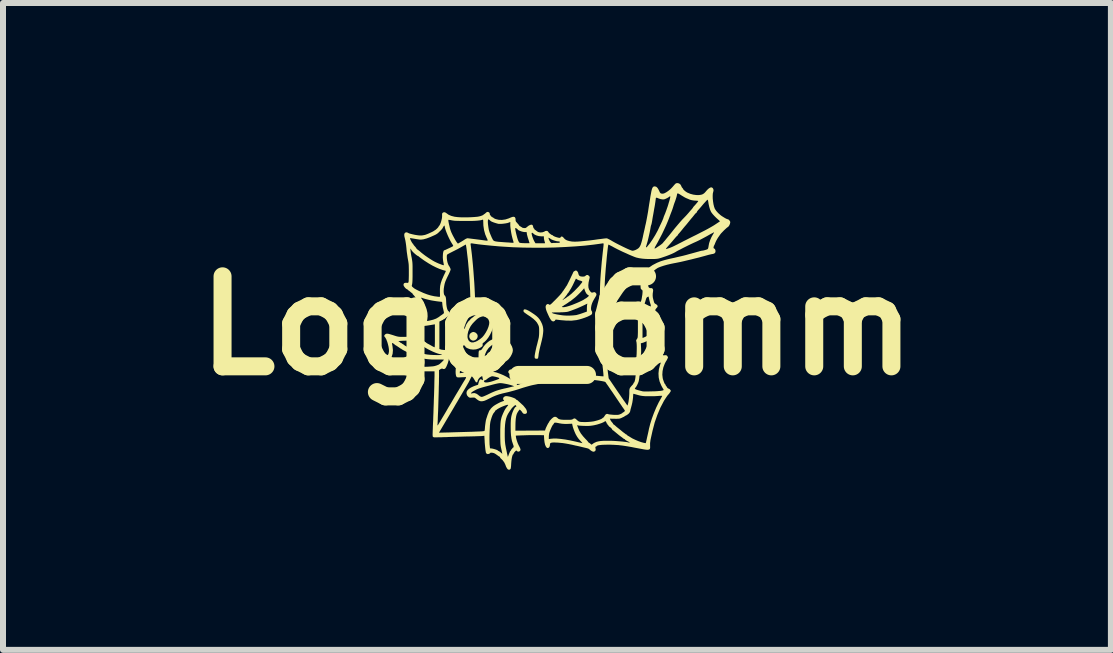
<source format=kicad_pcb>
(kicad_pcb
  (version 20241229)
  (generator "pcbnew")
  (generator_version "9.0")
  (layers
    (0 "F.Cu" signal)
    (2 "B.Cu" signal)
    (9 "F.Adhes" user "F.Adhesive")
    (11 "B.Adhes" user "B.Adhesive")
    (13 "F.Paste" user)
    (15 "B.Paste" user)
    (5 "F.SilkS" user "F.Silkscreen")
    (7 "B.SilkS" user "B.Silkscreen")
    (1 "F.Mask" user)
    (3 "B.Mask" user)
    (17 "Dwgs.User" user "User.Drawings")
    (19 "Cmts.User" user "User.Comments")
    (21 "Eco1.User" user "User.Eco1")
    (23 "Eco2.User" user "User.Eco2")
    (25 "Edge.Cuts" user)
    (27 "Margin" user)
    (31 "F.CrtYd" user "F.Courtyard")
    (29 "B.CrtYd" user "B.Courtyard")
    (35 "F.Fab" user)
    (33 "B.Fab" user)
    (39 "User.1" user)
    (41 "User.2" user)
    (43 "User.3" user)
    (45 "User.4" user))
  (footprint "Logo_6mm"
    (layer "F.Cu")
    (at 6.229 2.375)
    (property "Reference" "Logo_6mm" (at 0 0 0) (layer "F.SilkS") (effects (font (size 1.5 1.5) (thickness 0.3))))
    (attr board_only exclude_from_pos_files exclude_from_bom)
    (fp_poly (pts (xy -1.512 0.637) (xy -1.499 0.644) (xy -1.498 0.644) (xy -1.484 0.66) (xy -1.482 0.683) (xy -1.491 0.71) (xy -1.507 0.73) (xy -1.526 0.742) (xy -1.545 0.742) (xy -1.553 0.739) (xy -1.568 0.722) (xy -1.572 0.7) (xy -1.568 0.677) (xy -1.556 0.656) (xy -1.539 0.644) (xy -1.523 0.637)) (stroke (width 0) (type solid)) (fill yes) (layer "F.SilkS"))
    (fp_poly (pts (xy -1.361 0.114) (xy -1.343 0.128) (xy -1.328 0.146) (xy -1.322 0.165) (xy -1.321 0.177) (xy -1.327 0.204) (xy -1.342 0.226) (xy -1.364 0.242) (xy -1.389 0.25) (xy -1.414 0.247) (xy -1.416 0.246) (xy -1.442 0.229) (xy -1.457 0.205) (xy -1.462 0.178) (xy -1.457 0.15) (xy -1.441 0.127) (xy -1.415 0.11) (xy -1.388 0.105)) (stroke (width 0) (type solid)) (fill yes) (layer "F.SilkS"))
    (fp_poly (pts (xy -1.373 0.619) (xy -1.359 0.632) (xy -1.348 0.647) (xy -1.344 0.657) (xy -1.35 0.667) (xy -1.363 0.682) (xy -1.38 0.697) (xy -1.399 0.711) (xy -1.415 0.721) (xy -1.423 0.723) (xy -1.438 0.719) (xy -1.452 0.708) (xy -1.465 0.687) (xy -1.464 0.667) (xy -1.455 0.651) (xy -1.437 0.635) (xy -1.414 0.622) (xy -1.392 0.615) (xy -1.386 0.614)) (stroke (width 0) (type solid)) (fill yes) (layer "F.SilkS"))
    (fp_poly (pts (xy -1.075 0.436) (xy -1.053 0.45) (xy -1.037 0.471) (xy -1.028 0.495) (xy -1.029 0.517) (xy -1.03 0.519) (xy -1.048 0.549) (xy -1.071 0.567) (xy -1.097 0.572) (xy -1.125 0.565) (xy -1.138 0.558) (xy -1.159 0.536) (xy -1.17 0.51) (xy -1.167 0.482) (xy -1.167 0.481) (xy -1.155 0.461) (xy -1.135 0.444) (xy -1.112 0.432) (xy -1.099 0.43)) (stroke (width 0) (type solid)) (fill yes) (layer "F.SilkS"))
    (fp_poly (pts (xy -0.513 -0.267) (xy -0.481 -0.253) (xy -0.44 -0.229) (xy -0.389 -0.195) (xy -0.384 -0.192) (xy -0.344 -0.162) (xy -0.314 -0.134) (xy -0.29 -0.105) (xy -0.27 -0.072) (xy -0.263 -0.058) (xy -0.247 -0.023) (xy -0.236 0.012) (xy -0.23 0.048) (xy -0.228 0.086) (xy -0.232 0.13) (xy -0.239 0.181) (xy -0.252 0.241) (xy -0.269 0.31) (xy -0.28 0.353) (xy -0.29 0.396) (xy -0.298 0.435) (xy -0.304 0.467) (xy -0.306 0.482) (xy -0.309 0.509) (xy -0.313 0.531) (xy -0.316 0.544) (xy -0.317 0.545) (xy -0.328 0.551) (xy -0.344 0.552) (xy -0.36 0.548) (xy -0.368 0.543) (xy -0.372 0.529) (xy -0.372 0.504) (xy -0.366 0.466) (xy -0.356 0.416) (xy -0.342 0.353) (xy -0.329 0.305) (xy -0.318 0.259) (xy -0.309 0.224) (xy -0.303 0.196) (xy -0.3 0.171) (xy -0.298 0.147) (xy -0.297 0.12) (xy -0.297 0.099) (xy -0.297 0.063) (xy -0.298 0.038) (xy -0.301 0.019) (xy -0.305 0.004) (xy -0.312 -0.012) (xy -0.316 -0.02) (xy -0.335 -0.053) (xy -0.36 -0.082) (xy -0.392 -0.112) (xy -0.433 -0.143) (xy -0.464 -0.164) (xy -0.5 -0.188) (xy -0.525 -0.206) (xy -0.543 -0.219) (xy -0.553 -0.23) (xy -0.558 -0.239) (xy -0.558 -0.249) (xy -0.558 -0.252) (xy -0.552 -0.267) (xy -0.537 -0.272)) (stroke (width 0) (type solid)) (fill yes) (layer "F.SilkS"))
    (fp_poly (pts (xy -0.887 0.211) (xy -0.87 0.217) (xy -0.835 0.239) (xy -0.801 0.27) (xy -0.773 0.306) (xy -0.751 0.345) (xy -0.738 0.384) (xy -0.735 0.411) (xy -0.74 0.443) (xy -0.754 0.479) (xy -0.774 0.516) (xy -0.798 0.549) (xy -0.808 0.561) (xy -0.832 0.582) (xy -0.865 0.604) (xy -0.9 0.626) (xy -0.935 0.643) (xy -0.954 0.651) (xy -0.973 0.656) (xy -1 0.662) (xy -1.031 0.668) (xy -1.043 0.669) (xy -1.072 0.674) (xy -1.091 0.678) (xy -1.101 0.682) (xy -1.106 0.688) (xy -1.107 0.692) (xy -1.111 0.701) (xy -1.121 0.706) (xy -1.14 0.708) (xy -1.161 0.708) (xy -1.177 0.706) (xy -1.181 0.705) (xy -1.205 0.695) (xy -1.227 0.683) (xy -1.243 0.672) (xy -1.249 0.664) (xy -1.249 0.664) (xy -1.254 0.656) (xy -1.257 0.655) (xy -1.265 0.65) (xy -1.276 0.635) (xy -1.286 0.619) (xy -1.295 0.603) (xy -1.301 0.589) (xy -1.304 0.574) (xy -1.306 0.554) (xy -1.307 0.53) (xy -1.204 0.53) (xy -1.195 0.552) (xy -1.175 0.573) (xy -1.167 0.579) (xy -1.151 0.59) (xy -1.139 0.597) (xy -1.124 0.6) (xy -1.105 0.6) (xy -1.082 0.599) (xy -1.04 0.595) (xy -1.004 0.585) (xy -0.978 0.575) (xy -0.927 0.548) (xy -0.886 0.516) (xy -0.854 0.479) (xy -0.834 0.439) (xy -0.826 0.398) (xy -0.826 0.394) (xy -0.828 0.371) (xy -0.836 0.35) (xy -0.848 0.334) (xy -0.876 0.303) (xy -0.906 0.285) (xy -0.94 0.278) (xy -0.955 0.278) (xy -1.005 0.285) (xy -1.053 0.305) (xy -1.098 0.335) (xy -1.139 0.373) (xy -1.171 0.418) (xy -1.194 0.468) (xy -1.195 0.47) (xy -1.204 0.504) (xy -1.204 0.53) (xy -1.307 0.53) (xy -1.307 0.526) (xy -1.307 0.503) (xy -1.306 0.466) (xy -1.305 0.44) (xy -1.301 0.423) (xy -1.294 0.414) (xy -1.284 0.41) (xy -1.273 0.41) (xy -1.26 0.403) (xy -1.245 0.384) (xy -1.24 0.376) (xy -1.218 0.343) (xy -1.189 0.309) (xy -1.156 0.278) (xy -1.125 0.254) (xy -1.124 0.253) (xy -1.079 0.23) (xy -1.029 0.214) (xy -0.978 0.205) (xy -0.93 0.204)) (stroke (width 0) (type solid)) (fill yes) (layer "F.SilkS"))
    (fp_poly (pts (xy 0.331 -0.912) (xy 0.345 -0.897) (xy 0.352 -0.882) (xy 0.36 -0.852) (xy 0.37 -0.834) (xy 0.385 -0.823) (xy 0.409 -0.818) (xy 0.429 -0.817) (xy 0.452 -0.818) (xy 0.469 -0.825) (xy 0.475 -0.831) (xy 0.495 -0.844) (xy 0.513 -0.844) (xy 0.531 -0.831) (xy 0.532 -0.829) (xy 0.542 -0.818) (xy 0.545 -0.807) (xy 0.543 -0.792) (xy 0.54 -0.78) (xy 0.527 -0.722) (xy 0.522 -0.675) (xy 0.524 -0.636) (xy 0.533 -0.604) (xy 0.55 -0.577) (xy 0.555 -0.57) (xy 0.569 -0.556) (xy 0.58 -0.55) (xy 0.592 -0.551) (xy 0.602 -0.554) (xy 0.621 -0.558) (xy 0.632 -0.556) (xy 0.641 -0.55) (xy 0.654 -0.534) (xy 0.658 -0.519) (xy 0.653 -0.5) (xy 0.639 -0.475) (xy 0.623 -0.449) (xy 0.608 -0.423) (xy 0.6 -0.408) (xy 0.585 -0.374) (xy 0.574 -0.339) (xy 0.568 -0.305) (xy 0.567 -0.276) (xy 0.571 -0.255) (xy 0.577 -0.245) (xy 0.585 -0.23) (xy 0.586 -0.212) (xy 0.583 -0.197) (xy 0.576 -0.186) (xy 0.561 -0.176) (xy 0.549 -0.169) (xy 0.512 -0.151) (xy 0.466 -0.133) (xy 0.416 -0.116) (xy 0.367 -0.102) (xy 0.324 -0.092) (xy 0.322 -0.092) (xy 0.243 -0.083) (xy 0.154 -0.084) (xy 0.057 -0.092) (xy 0.026 -0.096) (xy 0.001 -0.099) (xy -0.017 -0.101) (xy -0.023 -0.101) (xy -0.037 -0.08) (xy -0.056 -0.07) (xy -0.076 -0.073) (xy -0.094 -0.086) (xy -0.106 -0.103) (xy -0.122 -0.129) (xy -0.138 -0.162) (xy -0.154 -0.197) (xy -0.162 -0.215) (xy -0.086 -0.215) (xy -0.078 -0.209) (xy -0.063 -0.202) (xy -0.037 -0.195) (xy -0.002 -0.187) (xy 0.039 -0.18) (xy 0.085 -0.173) (xy 0.102 -0.171) (xy 0.139 -0.168) (xy 0.183 -0.167) (xy 0.23 -0.168) (xy 0.274 -0.171) (xy 0.311 -0.175) (xy 0.326 -0.177) (xy 0.346 -0.183) (xy 0.375 -0.191) (xy 0.408 -0.202) (xy 0.428 -0.209) (xy 0.498 -0.234) (xy 0.498 -0.28) (xy 0.499 -0.307) (xy 0.5 -0.332) (xy 0.502 -0.346) (xy 0.506 -0.367) (xy 0.432 -0.331) (xy 0.388 -0.311) (xy 0.338 -0.289) (xy 0.287 -0.269) (xy 0.238 -0.251) (xy 0.195 -0.236) (xy 0.177 -0.231) (xy 0.159 -0.228) (xy 0.13 -0.225) (xy 0.094 -0.223) (xy 0.055 -0.222) (xy 0.048 -0.221) (xy 0.011 -0.221) (xy -0.023 -0.221) (xy -0.05 -0.22) (xy -0.068 -0.22) (xy -0.071 -0.219) (xy -0.085 -0.218) (xy -0.086 -0.215) (xy -0.162 -0.215) (xy -0.169 -0.231) (xy -0.18 -0.261) (xy -0.185 -0.281) (xy -0.189 -0.306) (xy -0.189 -0.314) (xy 0.082 -0.314) (xy 0.088 -0.309) (xy 0.104 -0.307) (xy 0.128 -0.309) (xy 0.157 -0.315) (xy 0.182 -0.322) (xy 0.217 -0.333) (xy 0.256 -0.347) (xy 0.296 -0.363) (xy 0.337 -0.38) (xy 0.375 -0.397) (xy 0.409 -0.413) (xy 0.436 -0.427) (xy 0.455 -0.438) (xy 0.463 -0.445) (xy 0.471 -0.45) (xy 0.473 -0.45) (xy 0.482 -0.454) (xy 0.495 -0.464) (xy 0.511 -0.476) (xy 0.524 -0.488) (xy 0.532 -0.497) (xy 0.532 -0.5) (xy 0.525 -0.505) (xy 0.511 -0.514) (xy 0.511 -0.514) (xy 0.49 -0.534) (xy 0.472 -0.567) (xy 0.461 -0.597) (xy 0.453 -0.623) (xy 0.433 -0.6) (xy 0.413 -0.578) (xy 0.387 -0.551) (xy 0.359 -0.523) (xy 0.331 -0.496) (xy 0.307 -0.474) (xy 0.291 -0.461) (xy 0.253 -0.431) (xy 0.227 -0.41) (xy 0.216 -0.403) (xy 0.212 -0.403) (xy 0.205 -0.398) (xy 0.205 -0.396) (xy 0.199 -0.39) (xy 0.194 -0.389) (xy 0.185 -0.385) (xy 0.184 -0.382) (xy 0.179 -0.376) (xy 0.174 -0.375) (xy 0.165 -0.372) (xy 0.164 -0.369) (xy 0.158 -0.362) (xy 0.154 -0.362) (xy 0.144 -0.358) (xy 0.143 -0.355) (xy 0.138 -0.349) (xy 0.134 -0.348) (xy 0.123 -0.344) (xy 0.111 -0.334) (xy 0.098 -0.324) (xy 0.089 -0.321) (xy 0.082 -0.316) (xy 0.082 -0.314) (xy -0.189 -0.314) (xy -0.188 -0.324) (xy -0.183 -0.339) (xy -0.169 -0.355) (xy -0.151 -0.361) (xy -0.133 -0.354) (xy -0.13 -0.351) (xy -0.125 -0.348) (xy -0.119 -0.347) (xy -0.111 -0.351) (xy -0.099 -0.36) (xy -0.082 -0.375) (xy -0.059 -0.399) (xy -0.036 -0.421) (xy -0.031 -0.426) (xy 0.094 -0.426) (xy 0.097 -0.427) (xy 0.107 -0.433) (xy 0.109 -0.436) (xy 0.115 -0.441) (xy 0.128 -0.449) (xy 0.128 -0.449) (xy 0.148 -0.46) (xy 0.162 -0.471) (xy 0.174 -0.481) (xy 0.181 -0.485) (xy 0.189 -0.489) (xy 0.194 -0.493) (xy 0.205 -0.502) (xy 0.221 -0.515) (xy 0.226 -0.519) (xy 0.242 -0.532) (xy 0.264 -0.553) (xy 0.291 -0.578) (xy 0.318 -0.606) (xy 0.344 -0.633) (xy 0.366 -0.656) (xy 0.381 -0.674) (xy 0.382 -0.675) (xy 0.396 -0.693) (xy 0.409 -0.709) (xy 0.411 -0.711) (xy 0.421 -0.726) (xy 0.42 -0.736) (xy 0.408 -0.743) (xy 0.389 -0.749) (xy 0.364 -0.756) (xy 0.342 -0.766) (xy 0.335 -0.771) (xy 0.316 -0.784) (xy 0.284 -0.718) (xy 0.261 -0.67) (xy 0.242 -0.635) (xy 0.229 -0.611) (xy 0.22 -0.598) (xy 0.217 -0.595) (xy 0.212 -0.587) (xy 0.212 -0.583) (xy 0.208 -0.574) (xy 0.205 -0.573) (xy 0.199 -0.568) (xy 0.198 -0.563) (xy 0.195 -0.554) (xy 0.193 -0.553) (xy 0.186 -0.547) (xy 0.176 -0.534) (xy 0.174 -0.531) (xy 0.162 -0.511) (xy 0.148 -0.493) (xy 0.131 -0.472) (xy 0.107 -0.445) (xy 0.106 -0.444) (xy 0.095 -0.431) (xy 0.094 -0.426) (xy -0.031 -0.426) (xy 0.01 -0.468) (xy 0.046 -0.506) (xy 0.073 -0.537) (xy 0.091 -0.561) (xy 0.098 -0.574) (xy 0.106 -0.584) (xy 0.11 -0.587) (xy 0.115 -0.592) (xy 0.116 -0.597) (xy 0.12 -0.606) (xy 0.123 -0.607) (xy 0.129 -0.613) (xy 0.13 -0.618) (xy 0.133 -0.627) (xy 0.136 -0.628) (xy 0.143 -0.633) (xy 0.143 -0.638) (xy 0.147 -0.648) (xy 0.149 -0.649) (xy 0.156 -0.656) (xy 0.165 -0.671) (xy 0.168 -0.676) (xy 0.179 -0.698) (xy 0.193 -0.726) (xy 0.209 -0.758) (xy 0.225 -0.791) (xy 0.24 -0.823) (xy 0.254 -0.852) (xy 0.265 -0.875) (xy 0.271 -0.889) (xy 0.273 -0.894) (xy 0.278 -0.9) (xy 0.291 -0.909) (xy 0.294 -0.91) (xy 0.309 -0.918) (xy 0.319 -0.918)) (stroke (width 0) (type solid)) (fill yes) (layer "F.SilkS"))
    (fp_poly (pts (xy 2.034 -2.369) (xy 2.057 -2.351) (xy 2.071 -2.326) (xy 2.072 -2.322) (xy 2.08 -2.305) (xy 2.089 -2.294) (xy 2.099 -2.283) (xy 2.102 -2.276) (xy 2.107 -2.266) (xy 2.122 -2.252) (xy 2.141 -2.236) (xy 2.164 -2.221) (xy 2.175 -2.215) (xy 2.221 -2.196) (xy 2.269 -2.183) (xy 2.318 -2.176) (xy 2.364 -2.175) (xy 2.404 -2.181) (xy 2.427 -2.189) (xy 2.449 -2.203) (xy 2.467 -2.22) (xy 2.471 -2.225) (xy 2.503 -2.262) (xy 2.532 -2.288) (xy 2.557 -2.302) (xy 2.578 -2.303) (xy 2.595 -2.292) (xy 2.603 -2.277) (xy 2.608 -2.26) (xy 2.607 -2.244) (xy 2.603 -2.229) (xy 2.596 -2.2) (xy 2.594 -2.161) (xy 2.595 -2.116) (xy 2.6 -2.069) (xy 2.607 -2.023) (xy 2.617 -1.982) (xy 2.629 -1.949) (xy 2.63 -1.946) (xy 2.653 -1.912) (xy 2.685 -1.876) (xy 2.721 -1.844) (xy 2.743 -1.827) (xy 2.77 -1.81) (xy 2.796 -1.794) (xy 2.818 -1.782) (xy 2.835 -1.775) (xy 2.839 -1.774) (xy 2.856 -1.769) (xy 2.872 -1.754) (xy 2.884 -1.736) (xy 2.887 -1.724) (xy 2.882 -1.697) (xy 2.871 -1.671) (xy 2.856 -1.65) (xy 2.847 -1.643) (xy 2.83 -1.631) (xy 2.808 -1.611) (xy 2.782 -1.587) (xy 2.757 -1.561) (xy 2.734 -1.537) (xy 2.719 -1.518) (xy 2.68 -1.462) (xy 2.652 -1.413) (xy 2.637 -1.379) (xy 2.629 -1.358) (xy 2.622 -1.342) (xy 2.619 -1.337) (xy 2.614 -1.329) (xy 2.61 -1.312) (xy 2.609 -1.311) (xy 2.608 -1.295) (xy 2.612 -1.288) (xy 2.619 -1.285) (xy 2.632 -1.275) (xy 2.64 -1.254) (xy 2.641 -1.234) (xy 2.635 -1.215) (xy 2.619 -1.201) (xy 2.596 -1.194) (xy 2.593 -1.194) (xy 2.581 -1.192) (xy 2.558 -1.187) (xy 2.528 -1.18) (xy 2.492 -1.17) (xy 2.467 -1.163) (xy 2.419 -1.15) (xy 2.364 -1.135) (xy 2.303 -1.12) (xy 2.24 -1.104) (xy 2.176 -1.089) (xy 2.114 -1.074) (xy 2.057 -1.061) (xy 2.007 -1.051) (xy 1.967 -1.043) (xy 1.955 -1.041) (xy 1.896 -1.029) (xy 1.837 -1.015) (xy 1.78 -0.999) (xy 1.731 -0.983) (xy 1.697 -0.97) (xy 1.676 -0.96) (xy 1.658 -0.948) (xy 1.638 -0.934) (xy 1.616 -0.915) (xy 1.588 -0.888) (xy 1.571 -0.872) (xy 1.559 -0.857) (xy 1.546 -0.836) (xy 1.537 -0.819) (xy 1.528 -0.799) (xy 1.523 -0.781) (xy 1.52 -0.76) (xy 1.519 -0.731) (xy 1.518 -0.716) (xy 1.519 -0.683) (xy 1.52 -0.662) (xy 1.524 -0.648) (xy 1.529 -0.638) (xy 1.531 -0.636) (xy 1.547 -0.625) (xy 1.562 -0.625) (xy 1.582 -0.624) (xy 1.596 -0.612) (xy 1.602 -0.591) (xy 1.601 -0.575) (xy 1.595 -0.534) (xy 1.594 -0.5) (xy 1.597 -0.467) (xy 1.606 -0.43) (xy 1.614 -0.401) (xy 1.62 -0.383) (xy 1.627 -0.372) (xy 1.637 -0.365) (xy 1.641 -0.362) (xy 1.665 -0.347) (xy 1.676 -0.331) (xy 1.676 -0.315) (xy 1.67 -0.306) (xy 1.651 -0.284) (xy 1.639 -0.266) (xy 1.633 -0.245) (xy 1.631 -0.218) (xy 1.631 -0.202) (xy 1.633 -0.169) (xy 1.637 -0.133) (xy 1.643 -0.096) (xy 1.651 -0.06) (xy 1.659 -0.028) (xy 1.668 -0.002) (xy 1.677 0.015) (xy 1.684 0.022) (xy 1.686 0.022) (xy 1.705 0.024) (xy 1.722 0.035) (xy 1.727 0.042) (xy 1.73 0.055) (xy 1.728 0.073) (xy 1.723 0.09) (xy 1.716 0.101) (xy 1.713 0.102) (xy 1.706 0.109) (xy 1.701 0.126) (xy 1.697 0.153) (xy 1.695 0.186) (xy 1.694 0.224) (xy 1.695 0.263) (xy 1.698 0.303) (xy 1.702 0.339) (xy 1.708 0.371) (xy 1.71 0.379) (xy 1.719 0.41) (xy 1.73 0.436) (xy 1.74 0.456) (xy 1.747 0.464) (xy 1.754 0.472) (xy 1.76 0.482) (xy 1.767 0.492) (xy 1.778 0.495) (xy 1.795 0.493) (xy 1.815 0.492) (xy 1.828 0.497) (xy 1.836 0.505) (xy 1.845 0.518) (xy 1.849 0.526) (xy 1.847 0.536) (xy 1.84 0.553) (xy 1.831 0.57) (xy 1.824 0.584) (xy 1.821 0.587) (xy 1.816 0.595) (xy 1.807 0.611) (xy 1.796 0.633) (xy 1.795 0.635) (xy 1.772 0.695) (xy 1.759 0.757) (xy 1.755 0.818) (xy 1.761 0.873) (xy 1.761 0.874) (xy 1.767 0.897) (xy 1.776 0.923) (xy 1.785 0.947) (xy 1.793 0.965) (xy 1.8 0.975) (xy 1.802 0.976) (xy 1.807 0.982) (xy 1.811 0.993) (xy 1.817 1.006) (xy 1.822 1.01) (xy 1.828 1.015) (xy 1.829 1.019) (xy 1.834 1.03) (xy 1.846 1.042) (xy 1.859 1.05) (xy 1.864 1.051) (xy 1.874 1.056) (xy 1.886 1.068) (xy 1.895 1.081) (xy 1.897 1.087) (xy 1.893 1.096) (xy 1.884 1.11) (xy 1.873 1.127) (xy 1.862 1.141) (xy 1.857 1.146) (xy 1.845 1.159) (xy 1.829 1.181) (xy 1.811 1.208) (xy 1.792 1.237) (xy 1.781 1.255) (xy 1.723 1.366) (xy 1.672 1.487) (xy 1.628 1.613) (xy 1.594 1.743) (xy 1.592 1.75) (xy 1.583 1.791) (xy 1.574 1.831) (xy 1.566 1.867) (xy 1.56 1.895) (xy 1.558 1.904) (xy 1.551 1.957) (xy 1.551 1.998) (xy 1.552 2.03) (xy 1.549 2.05) (xy 1.539 2.062) (xy 1.522 2.067) (xy 1.507 2.068) (xy 1.498 2.068) (xy 1.49 2.067) (xy 1.479 2.066) (xy 1.464 2.064) (xy 1.445 2.061) (xy 1.419 2.056) (xy 1.386 2.05) (xy 1.343 2.042) (xy 1.289 2.032) (xy 1.245 2.023) (xy 1.164 2.009) (xy 1.091 1.998) (xy 1.023 1.99) (xy 0.955 1.986) (xy 0.883 1.983) (xy 0.85 1.983) (xy 0.794 1.984) (xy 0.747 1.986) (xy 0.709 1.99) (xy 0.682 1.995) (xy 0.666 2.002) (xy 0.662 2.007) (xy 0.656 2.013) (xy 0.652 2.013) (xy 0.642 2.018) (xy 0.639 2.033) (xy 0.643 2.049) (xy 0.645 2.071) (xy 0.636 2.089) (xy 0.618 2.099) (xy 0.6 2.099) (xy 0.58 2.091) (xy 0.555 2.074) (xy 0.539 2.059) (xy 0.534 2.056) (xy 0.528 2.052) (xy 0.52 2.048) (xy 0.507 2.044) (xy 0.488 2.039) (xy 0.462 2.033) (xy 0.428 2.025) (xy 0.383 2.014) (xy 0.327 2.001) (xy 0.319 2) (xy 0.25 1.984) (xy 0.191 1.972) (xy 0.139 1.963) (xy 0.093 1.956) (xy 0.05 1.952) (xy 0.007 1.948) (xy -0.007 1.948) (xy -0.049 1.946) (xy -0.08 1.948) (xy -0.1 1.952) (xy -0.112 1.96) (xy -0.117 1.972) (xy -0.117 1.986) (xy -0.12 2.007) (xy -0.13 2.026) (xy -0.144 2.038) (xy -0.153 2.04) (xy -0.17 2.034) (xy -0.185 2.015) (xy -0.198 1.985) (xy -0.207 1.945) (xy -0.213 1.897) (xy -0.214 1.88) (xy -0.215 1.861) (xy -0.136 1.861) (xy -0.136 1.89) (xy -0.107 1.885) (xy -0.062 1.881) (xy -0.006 1.881) (xy 0.061 1.887) (xy 0.137 1.897) (xy 0.22 1.912) (xy 0.307 1.931) (xy 0.344 1.94) (xy 0.376 1.947) (xy 0.401 1.953) (xy 0.417 1.957) (xy 0.421 1.958) (xy 0.423 1.956) (xy 0.419 1.951) (xy 0.408 1.938) (xy 0.394 1.923) (xy 0.374 1.901) (xy 0.36 1.885) (xy 0.348 1.869) (xy 0.335 1.85) (xy 0.328 1.838) (xy 0.311 1.808) (xy 0.294 1.77) (xy 0.278 1.729) (xy 0.265 1.69) (xy 0.259 1.667) (xy 0.257 1.657) (xy 0.335 1.657) (xy 0.347 1.693) (xy 0.369 1.746) (xy 0.397 1.795) (xy 0.435 1.844) (xy 0.476 1.889) (xy 0.497 1.91) (xy 0.513 1.929) (xy 0.523 1.941) (xy 0.525 1.946) (xy 0.531 1.951) (xy 0.534 1.952) (xy 0.544 1.957) (xy 0.557 1.968) (xy 0.559 1.969) (xy 0.57 1.98) (xy 0.578 1.982) (xy 0.587 1.976) (xy 0.59 1.974) (xy 0.604 1.963) (xy 0.625 1.951) (xy 0.636 1.946) (xy 0.662 1.935) (xy 0.692 1.928) (xy 0.727 1.922) (xy 0.771 1.919) (xy 0.826 1.918) (xy 0.85 1.918) (xy 0.893 1.918) (xy 0.941 1.92) (xy 0.991 1.923) (xy 1.041 1.927) (xy 1.089 1.931) (xy 1.131 1.936) (xy 1.164 1.94) (xy 1.187 1.945) (xy 1.203 1.949) (xy 1.213 1.949) (xy 1.213 1.949) (xy 1.213 1.947) (xy 1.207 1.942) (xy 1.195 1.935) (xy 1.173 1.924) (xy 1.155 1.914) (xy 1.14 1.905) (xy 1.133 1.897) (xy 1.133 1.896) (xy 1.128 1.891) (xy 1.126 1.89) (xy 1.115 1.886) (xy 1.11 1.883) (xy 1.078 1.858) (xy 1.057 1.843) (xy 1.04 1.83) (xy 1.026 1.819) (xy 1.008 1.804) (xy 0.992 1.791) (xy 0.975 1.777) (xy 0.956 1.761) (xy 0.953 1.759) (xy 0.939 1.747) (xy 0.928 1.741) (xy 0.927 1.74) (xy 0.921 1.735) (xy 0.921 1.733) (xy 0.917 1.724) (xy 0.906 1.71) (xy 0.892 1.697) (xy 0.88 1.687) (xy 0.876 1.686) (xy 0.868 1.68) (xy 0.86 1.669) (xy 0.851 1.656) (xy 0.845 1.651) (xy 0.84 1.646) (xy 0.839 1.641) (xy 0.836 1.632) (xy 0.833 1.631) (xy 0.826 1.626) (xy 0.826 1.622) (xy 0.822 1.61) (xy 0.816 1.6) (xy 0.808 1.591) (xy 0.8 1.593) (xy 0.794 1.598) (xy 0.775 1.609) (xy 0.746 1.622) (xy 0.709 1.635) (xy 0.667 1.648) (xy 0.623 1.658) (xy 0.62 1.659) (xy 0.584 1.665) (xy 0.552 1.669) (xy 0.518 1.671) (xy 0.478 1.671) (xy 0.457 1.67) (xy 0.422 1.669) (xy 0.39 1.667) (xy 0.366 1.665) (xy 0.351 1.662) (xy 0.35 1.662) (xy 0.335 1.657) (xy 0.257 1.657) (xy 0.252 1.634) (xy 0.176 1.637) (xy 0.126 1.637) (xy 0.083 1.634) (xy 0.039 1.627) (xy 0.032 1.625) (xy -0.00005 1.619) (xy -0.021 1.616) (xy -0.034 1.616) (xy -0.042 1.618) (xy -0.045 1.621) (xy -0.053 1.632) (xy -0.055 1.637) (xy -0.059 1.644) (xy -0.061 1.645) (xy -0.067 1.651) (xy -0.077 1.666) (xy -0.089 1.689) (xy -0.101 1.716) (xy -0.113 1.744) (xy -0.123 1.77) (xy -0.129 1.791) (xy -0.13 1.794) (xy -0.134 1.822) (xy -0.136 1.85) (xy -0.136 1.861) (xy -0.215 1.861) (xy -0.217 1.825) (xy -0.332 1.824) (xy -0.382 1.824) (xy -0.439 1.824) (xy -0.498 1.825) (xy -0.552 1.827) (xy -0.566 1.827) (xy -0.686 1.832) (xy -0.684 1.853) (xy -0.678 1.884) (xy -0.667 1.922) (xy -0.653 1.961) (xy -0.637 1.996) (xy -0.631 2.007) (xy -0.614 2.041) (xy -0.607 2.066) (xy -0.613 2.085) (xy -0.629 2.096) (xy -0.635 2.098) (xy -0.654 2.098) (xy -0.662 2.092) (xy -0.672 2.083) (xy -0.678 2.081) (xy -0.687 2.086) (xy -0.7 2.099) (xy -0.713 2.114) (xy -0.721 2.128) (xy -0.723 2.134) (xy -0.727 2.142) (xy -0.729 2.143) (xy -0.736 2.149) (xy -0.743 2.167) (xy -0.75 2.193) (xy -0.756 2.226) (xy -0.76 2.262) (xy -0.763 2.3) (xy -0.765 2.338) (xy -0.768 2.364) (xy -0.771 2.381) (xy -0.776 2.39) (xy -0.793 2.401) (xy -0.812 2.398) (xy -0.82 2.393) (xy -0.833 2.377) (xy -0.848 2.35) (xy -0.86 2.317) (xy -0.877 2.281) (xy -0.903 2.245) (xy -0.927 2.221) (xy -0.941 2.208) (xy -0.948 2.196) (xy -0.949 2.193) (xy -0.952 2.185) (xy -0.955 2.184) (xy -0.964 2.18) (xy -0.98 2.169) (xy -0.999 2.155) (xy -1.002 2.153) (xy -1.028 2.135) (xy -1.049 2.124) (xy -1.072 2.118) (xy -1.077 2.118) (xy -1.099 2.116) (xy -1.111 2.119) (xy -1.112 2.121) (xy -1.118 2.128) (xy -1.132 2.136) (xy -1.132 2.136) (xy -1.155 2.14) (xy -1.173 2.133) (xy -1.184 2.117) (xy -1.187 2.099) (xy -1.192 2.07) (xy -1.196 2.034) (xy -1.2 1.991) (xy -1.204 1.946) (xy -1.205 1.918) (xy -1.206 1.902) (xy -1.125 1.902) (xy -1.124 1.945) (xy -1.123 1.981) (xy -1.121 1.996) (xy -1.116 2.044) (xy -1.092 2.046) (xy -1.074 2.049) (xy -1.05 2.055) (xy -1.026 2.062) (xy -1.004 2.07) (xy -0.989 2.077) (xy -0.983 2.083) (xy -0.983 2.083) (xy -0.977 2.088) (xy -0.974 2.088) (xy -0.964 2.093) (xy -0.949 2.103) (xy -0.938 2.112) (xy -0.923 2.125) (xy -0.913 2.134) (xy -0.91 2.136) (xy -0.912 2.13) (xy -0.915 2.113) (xy -0.92 2.088) (xy -0.927 2.057) (xy -0.927 2.056) (xy -0.933 2.03) (xy -0.937 2.008) (xy -0.94 1.986) (xy -0.942 1.962) (xy -0.943 1.934) (xy -0.944 1.899) (xy -0.945 1.856) (xy -0.945 1.801) (xy -0.945 1.795) (xy -0.945 1.793) (xy -0.87 1.793) (xy -0.87 1.795) (xy -0.87 1.846) (xy -0.869 1.886) (xy -0.868 1.919) (xy -0.865 1.948) (xy -0.862 1.976) (xy -0.857 2.005) (xy -0.851 2.037) (xy -0.843 2.074) (xy -0.836 2.109) (xy -0.83 2.137) (xy -0.825 2.157) (xy -0.825 2.16) (xy -0.818 2.187) (xy -0.805 2.153) (xy -0.796 2.129) (xy -0.787 2.108) (xy -0.784 2.1) (xy -0.776 2.087) (xy -0.769 2.081) (xy -0.769 2.081) (xy -0.765 2.076) (xy -0.764 2.071) (xy -0.759 2.06) (xy -0.754 2.057) (xy -0.745 2.048) (xy -0.744 2.043) (xy -0.738 2.035) (xy -0.734 2.034) (xy -0.725 2.028) (xy -0.723 2.022) (xy -0.722 2.013) (xy -0.723 2.006) (xy -0.725 1.996) (xy -0.731 1.98) (xy -0.736 1.965) (xy -0.75 1.923) (xy -0.759 1.878) (xy -0.766 1.826) (xy -0.77 1.767) (xy -0.771 1.696) (xy -0.771 1.688) (xy -0.771 1.627) (xy -0.769 1.579) (xy -0.765 1.54) (xy -0.76 1.51) (xy -0.752 1.478) (xy -0.741 1.445) (xy -0.728 1.414) (xy -0.714 1.386) (xy -0.701 1.365) (xy -0.69 1.354) (xy -0.688 1.353) (xy -0.678 1.349) (xy -0.677 1.343) (xy -0.68 1.335) (xy -0.688 1.325) (xy -0.693 1.324) (xy -0.703 1.329) (xy -0.718 1.341) (xy -0.736 1.358) (xy -0.753 1.376) (xy -0.764 1.392) (xy -0.775 1.407) (xy -0.788 1.427) (xy -0.793 1.434) (xy -0.816 1.47) (xy -0.834 1.507) (xy -0.848 1.549) (xy -0.858 1.596) (xy -0.865 1.651) (xy -0.869 1.716) (xy -0.87 1.793) (xy -0.945 1.793) (xy -0.945 1.728) (xy -0.943 1.673) (xy -0.941 1.627) (xy -0.937 1.588) (xy -0.93 1.553) (xy -0.922 1.522) (xy -0.91 1.491) (xy -0.896 1.458) (xy -0.887 1.439) (xy -0.871 1.406) (xy -0.856 1.381) (xy -0.839 1.358) (xy -0.818 1.332) (xy -0.813 1.323) (xy -0.814 1.32) (xy -0.824 1.319) (xy -0.842 1.323) (xy -0.868 1.332) (xy -0.897 1.343) (xy -0.928 1.356) (xy -0.956 1.37) (xy -0.981 1.384) (xy -0.999 1.395) (xy -1.003 1.399) (xy -1.015 1.409) (xy -1.024 1.413) (xy -1.03 1.418) (xy -1.03 1.422) (xy -1.035 1.432) (xy -1.046 1.446) (xy -1.047 1.447) (xy -1.061 1.465) (xy -1.075 1.493) (xy -1.089 1.53) (xy -1.102 1.572) (xy -1.109 1.6) (xy -1.113 1.624) (xy -1.117 1.659) (xy -1.119 1.702) (xy -1.122 1.751) (xy -1.124 1.802) (xy -1.125 1.854) (xy -1.125 1.902) (xy -1.206 1.902) (xy -1.21 1.835) (xy -1.248 1.839) (xy -1.266 1.84) (xy -1.294 1.841) (xy -1.332 1.842) (xy -1.376 1.844) (xy -1.424 1.845) (xy -1.464 1.846) (xy -1.522 1.847) (xy -1.589 1.849) (xy -1.661 1.851) (xy -1.733 1.853) (xy -1.802 1.855) (xy -1.841 1.857) (xy -1.892 1.858) (xy -1.94 1.86) (xy -1.981 1.86) (xy -2.015 1.861) (xy -2.04 1.861) (xy -2.052 1.86) (xy -2.054 1.86) (xy -2.066 1.851) (xy -2.071 1.845) (xy -2.071 1.835) (xy -2.072 1.814) (xy -2.071 1.784) (xy -2.071 1.783) (xy -1.966 1.783) (xy -1.79 1.779) (xy -1.732 1.777) (xy -1.666 1.775) (xy -1.594 1.773) (xy -1.522 1.771) (xy -1.454 1.769) (xy -1.413 1.768) (xy -1.347 1.765) (xy -1.293 1.763) (xy -1.253 1.761) (xy -1.226 1.758) (xy -1.211 1.755) (xy -1.208 1.754) (xy -1.205 1.744) (xy -1.202 1.724) (xy -1.2 1.697) (xy -1.199 1.683) (xy -1.195 1.649) (xy -1.19 1.613) (xy -1.185 1.582) (xy -1.184 1.576) (xy -1.177 1.55) (xy -1.167 1.521) (xy -1.157 1.489) (xy -1.145 1.46) (xy -1.135 1.434) (xy -1.126 1.415) (xy -1.12 1.406) (xy -1.119 1.406) (xy -1.113 1.4) (xy -1.112 1.398) (xy -1.108 1.39) (xy -1.096 1.376) (xy -1.078 1.358) (xy -1.077 1.357) (xy -1.053 1.337) (xy -1.02 1.316) (xy -0.982 1.295) (xy -0.945 1.276) (xy -0.912 1.263) (xy -0.899 1.259) (xy -0.886 1.254) (xy -0.88 1.247) (xy -0.882 1.243) (xy -0.886 1.242) (xy -0.892 1.236) (xy -0.897 1.224) (xy -0.896 1.205) (xy -0.884 1.188) (xy -0.865 1.177) (xy -0.848 1.174) (xy -0.824 1.176) (xy -0.795 1.181) (xy -0.764 1.189) (xy -0.735 1.199) (xy -0.71 1.209) (xy -0.691 1.219) (xy -0.683 1.228) (xy -0.682 1.229) (xy -0.677 1.235) (xy -0.674 1.235) (xy -0.663 1.239) (xy -0.656 1.245) (xy -0.641 1.259) (xy -0.622 1.276) (xy -0.601 1.295) (xy -0.583 1.312) (xy -0.569 1.324) (xy -0.565 1.328) (xy -0.555 1.339) (xy -0.543 1.354) (xy -0.531 1.369) (xy -0.522 1.38) (xy -0.51 1.4) (xy -0.502 1.423) (xy -0.5 1.444) (xy -0.501 1.449) (xy -0.51 1.463) (xy -0.527 1.47) (xy -0.546 1.47) (xy -0.564 1.463) (xy -0.576 1.449) (xy -0.577 1.447) (xy -0.584 1.435) (xy -0.597 1.42) (xy -0.6 1.416) (xy -0.621 1.397) (xy -0.635 1.413) (xy -0.654 1.441) (xy -0.67 1.472) (xy -0.68 1.508) (xy -0.687 1.553) (xy -0.691 1.608) (xy -0.692 1.651) (xy -0.693 1.75) (xy -0.647 1.75) (xy -0.628 1.75) (xy -0.598 1.75) (xy -0.558 1.75) (xy -0.512 1.749) (xy -0.461 1.749) (xy -0.407 1.749) (xy -0.4 1.749) (xy -0.199 1.747) (xy -0.191 1.721) (xy -0.184 1.703) (xy -0.173 1.68) (xy -0.161 1.655) (xy -0.15 1.634) (xy -0.14 1.618) (xy -0.135 1.612) (xy -0.13 1.604) (xy -0.13 1.603) (xy -0.127 1.595) (xy -0.119 1.584) (xy -0.104 1.567) (xy -0.089 1.551) (xy -0.062 1.528) (xy -0.037 1.518) (xy -0.015 1.521) (xy 0.007 1.537) (xy 0.01 1.54) (xy 0.022 1.551) (xy 0.04 1.559) (xy 0.065 1.565) (xy 0.099 1.568) (xy 0.144 1.569) (xy 0.163 1.569) (xy 0.199 1.569) (xy 0.225 1.568) (xy 0.242 1.566) (xy 0.254 1.563) (xy 0.265 1.557) (xy 0.267 1.555) (xy 0.285 1.546) (xy 0.301 1.547) (xy 0.319 1.559) (xy 0.333 1.573) (xy 0.358 1.593) (xy 0.38 1.602) (xy 0.407 1.605) (xy 0.444 1.606) (xy 0.486 1.606) (xy 0.53 1.604) (xy 0.572 1.6) (xy 0.608 1.595) (xy 0.614 1.594) (xy 0.646 1.586) (xy 0.679 1.577) (xy 0.709 1.567) (xy 0.734 1.557) (xy 0.746 1.55) (xy 0.881 1.55) (xy 0.887 1.566) (xy 0.902 1.592) (xy 0.926 1.621) (xy 0.934 1.632) (xy 0.935 1.637) (xy 0.939 1.644) (xy 0.941 1.645) (xy 0.949 1.649) (xy 0.963 1.66) (xy 0.971 1.667) (xy 0.991 1.685) (xy 1.012 1.702) (xy 1.017 1.706) (xy 1.068 1.747) (xy 1.088 1.764) (xy 1.106 1.778) (xy 1.119 1.788) (xy 1.135 1.799) (xy 1.143 1.807) (xy 1.155 1.814) (xy 1.16 1.815) (xy 1.167 1.819) (xy 1.167 1.821) (xy 1.172 1.828) (xy 1.182 1.835) (xy 1.199 1.844) (xy 1.218 1.856) (xy 1.218 1.856) (xy 1.256 1.879) (xy 1.302 1.901) (xy 1.351 1.922) (xy 1.4 1.94) (xy 1.444 1.952) (xy 1.476 1.958) (xy 1.48 1.953) (xy 1.484 1.94) (xy 1.487 1.925) (xy 1.493 1.9) (xy 1.499 1.872) (xy 1.501 1.863) (xy 1.508 1.832) (xy 1.517 1.793) (xy 1.526 1.752) (xy 1.532 1.721) (xy 1.553 1.638) (xy 1.581 1.548) (xy 1.615 1.456) (xy 1.653 1.365) (xy 1.694 1.28) (xy 1.725 1.224) (xy 1.738 1.201) (xy 1.748 1.182) (xy 1.753 1.171) (xy 1.754 1.17) (xy 1.748 1.169) (xy 1.731 1.169) (xy 1.707 1.17) (xy 1.694 1.171) (xy 1.665 1.173) (xy 1.627 1.175) (xy 1.584 1.176) (xy 1.54 1.176) (xy 1.529 1.176) (xy 1.484 1.176) (xy 1.45 1.174) (xy 1.421 1.171) (xy 1.395 1.167) (xy 1.368 1.161) (xy 1.358 1.158) (xy 1.329 1.15) (xy 1.304 1.143) (xy 1.286 1.138) (xy 1.281 1.136) (xy 1.274 1.135) (xy 1.271 1.141) (xy 1.269 1.157) (xy 1.269 1.165) (xy 1.267 1.198) (xy 1.262 1.238) (xy 1.255 1.282) (xy 1.245 1.325) (xy 1.235 1.361) (xy 1.235 1.363) (xy 1.228 1.386) (xy 1.223 1.406) (xy 1.222 1.415) (xy 1.215 1.44) (xy 1.197 1.464) (xy 1.176 1.481) (xy 1.158 1.493) (xy 1.144 1.5) (xy 1.14 1.501) (xy 1.132 1.506) (xy 1.132 1.506) (xy 1.125 1.512) (xy 1.109 1.521) (xy 1.087 1.531) (xy 1.086 1.532) (xy 1.066 1.541) (xy 1.049 1.547) (xy 1.032 1.55) (xy 1.011 1.551) (xy 0.981 1.552) (xy 0.961 1.551) (xy 0.881 1.55) (xy 0.746 1.55) (xy 0.751 1.548) (xy 0.757 1.542) (xy 0.757 1.542) (xy 0.763 1.536) (xy 0.766 1.535) (xy 0.775 1.53) (xy 0.786 1.516) (xy 0.791 1.508) (xy 0.808 1.483) (xy 0.826 1.471) (xy 0.845 1.471) (xy 0.852 1.474) (xy 0.866 1.478) (xy 0.89 1.481) (xy 0.921 1.484) (xy 0.945 1.486) (xy 0.98 1.487) (xy 1.004 1.487) (xy 1.023 1.485) (xy 1.039 1.481) (xy 1.056 1.474) (xy 1.075 1.465) (xy 1.088 1.457) (xy 1.092 1.453) (xy 1.097 1.447) (xy 1.099 1.447) (xy 1.109 1.442) (xy 1.12 1.433) (xy 1.13 1.424) (xy 1.131 1.415) (xy 1.123 1.402) (xy 1.122 1.401) (xy 1.112 1.386) (xy 1.104 1.375) (xy 1.104 1.375) (xy 1.099 1.368) (xy 1.087 1.351) (xy 1.07 1.325) (xy 1.047 1.292) (xy 1.021 1.253) (xy 0.991 1.209) (xy 0.959 1.161) (xy 0.958 1.16) (xy 0.926 1.112) (xy 0.895 1.068) (xy 0.868 1.028) (xy 0.844 0.993) (xy 0.825 0.967) (xy 0.813 0.948) (xy 0.806 0.94) (xy 0.794 0.934) (xy 0.769 0.928) (xy 0.733 0.921) (xy 0.687 0.914) (xy 0.631 0.907) (xy 0.568 0.9) (xy 0.497 0.893) (xy 0.421 0.886) (xy 0.34 0.88) (xy 0.255 0.874) (xy 0.168 0.868) (xy 0.08 0.863) (xy -0.009 0.859) (xy -0.087 0.856) (xy -0.218 0.851) (xy -0.214 0.888) (xy -0.212 0.91) (xy -0.214 0.924) (xy -0.221 0.934) (xy -0.226 0.939) (xy -0.239 0.948) (xy -0.26 0.956) (xy -0.289 0.965) (xy -0.328 0.975) (xy -0.378 0.985) (xy -0.399 0.989) (xy -0.43 0.996) (xy -0.471 1.007) (xy -0.517 1.02) (xy -0.564 1.034) (xy -0.604 1.047) (xy -0.653 1.063) (xy -0.706 1.079) (xy -0.758 1.093) (xy -0.806 1.106) (xy -0.836 1.113) (xy -0.906 1.129) (xy -0.965 1.145) (xy -1.019 1.164) (xy -1.071 1.186) (xy -1.125 1.213) (xy -1.129 1.215) (xy -1.177 1.239) (xy -1.215 1.254) (xy -1.248 1.26) (xy -1.276 1.259) (xy -1.303 1.249) (xy -1.33 1.231) (xy -1.341 1.222) (xy -1.358 1.208) (xy -1.371 1.2) (xy -1.386 1.198) (xy -1.407 1.199) (xy -1.414 1.199) (xy -1.439 1.201) (xy -1.455 1.199) (xy -1.467 1.194) (xy -1.479 1.184) (xy -1.499 1.16) (xy -1.507 1.129) (xy -1.507 1.124) (xy -1.433 1.124) (xy -1.433 1.129) (xy -1.422 1.13) (xy -1.406 1.126) (xy -1.376 1.123) (xy -1.346 1.132) (xy -1.314 1.152) (xy -1.306 1.16) (xy -1.282 1.178) (xy -1.262 1.186) (xy -1.253 1.187) (xy -1.238 1.184) (xy -1.214 1.175) (xy -1.182 1.161) (xy -1.145 1.144) (xy -1.14 1.141) (xy -1.094 1.119) (xy -1.053 1.101) (xy -1.015 1.086) (xy -0.974 1.073) (xy -0.929 1.06) (xy -0.874 1.047) (xy -0.859 1.044) (xy -0.823 1.036) (xy -0.789 1.028) (xy -0.761 1.021) (xy -0.743 1.016) (xy -0.741 1.016) (xy -0.713 1.009) (xy -0.741 0.999) (xy -0.776 0.988) (xy -0.819 0.977) (xy -0.864 0.968) (xy -0.905 0.961) (xy -0.921 0.959) (xy -0.937 0.958) (xy -0.953 0.958) (xy -0.971 0.96) (xy -0.993 0.964) (xy -1.021 0.97) (xy -1.058 0.979) (xy -1.106 0.992) (xy -1.109 0.993) (xy -1.154 1.005) (xy -1.196 1.016) (xy -1.233 1.026) (xy -1.263 1.035) (xy -1.283 1.041) (xy -1.286 1.042) (xy -1.314 1.052) (xy -1.342 1.064) (xy -1.368 1.078) (xy -1.392 1.091) (xy -1.412 1.104) (xy -1.426 1.116) (xy -1.433 1.124) (xy -1.507 1.124) (xy -1.505 1.102) (xy -1.493 1.079) (xy -1.469 1.055) (xy -1.435 1.032) (xy -1.393 1.012) (xy -1.364 1.001) (xy -1.315 0.985) (xy -1.306 0.949) (xy -1.299 0.928) (xy -1.217 0.928) (xy -1.207 0.942) (xy -1.185 0.947) (xy -1.152 0.945) (xy -1.117 0.938) (xy -1.084 0.929) (xy -1.05 0.918) (xy -1.018 0.907) (xy -0.991 0.897) (xy -0.971 0.889) (xy -0.964 0.884) (xy -0.961 0.877) (xy -0.969 0.869) (xy -0.988 0.862) (xy -1.02 0.853) (xy -1.034 0.85) (xy -1.059 0.845) (xy -1.076 0.843) (xy -1.09 0.845) (xy -1.104 0.851) (xy -1.11 0.854) (xy -1.128 0.863) (xy -1.145 0.874) (xy -1.164 0.888) (xy -1.178 0.9) (xy -1.191 0.907) (xy -1.203 0.911) (xy -1.216 0.918) (xy -1.217 0.928) (xy -1.299 0.928) (xy -1.296 0.918) (xy -1.284 0.899) (xy -1.27 0.893) (xy -1.253 0.899) (xy -1.245 0.904) (xy -1.237 0.909) (xy -1.234 0.907) (xy -1.234 0.897) (xy -1.238 0.878) (xy -1.242 0.858) (xy -1.245 0.844) (xy -1.246 0.841) (xy -1.252 0.843) (xy -1.266 0.85) (xy -1.272 0.854) (xy -1.291 0.869) (xy -1.308 0.89) (xy -1.32 0.913) (xy -1.324 0.931) (xy -1.329 0.941) (xy -1.341 0.945) (xy -1.349 0.943) (xy -1.356 0.934) (xy -1.366 0.918) (xy -1.371 0.909) (xy -1.383 0.888) (xy -1.397 0.868) (xy -1.41 0.853) (xy -1.418 0.846) (xy -1.419 0.846) (xy -1.424 0.852) (xy -1.432 0.866) (xy -1.439 0.879) (xy -1.451 0.903) (xy -1.463 0.927) (xy -1.467 0.935) (xy -1.472 0.945) (xy -1.484 0.965) (xy -1.501 0.995) (xy -1.524 1.034) (xy -1.552 1.081) (xy -1.583 1.134) (xy -1.618 1.193) (xy -1.655 1.257) (xy -1.695 1.324) (xy -1.722 1.371) (xy -1.966 1.783) (xy -2.071 1.783) (xy -2.07 1.746) (xy -2.068 1.704) (xy -2.068 1.69) (xy -2.066 1.649) (xy -1.991 1.649) (xy -1.99 1.661) (xy -1.987 1.662) (xy -1.982 1.655) (xy -1.971 1.637) (xy -1.955 1.61) (xy -1.933 1.574) (xy -1.907 1.53) (xy -1.877 1.48) (xy -1.844 1.424) (xy -1.809 1.363) (xy -1.771 1.3) (xy -1.769 1.297) (xy -1.731 1.232) (xy -1.695 1.17) (xy -1.66 1.112) (xy -1.629 1.06) (xy -1.601 1.013) (xy -1.578 0.974) (xy -1.56 0.944) (xy -1.547 0.923) (xy -1.54 0.912) (xy -1.527 0.891) (xy -1.518 0.873) (xy -1.515 0.86) (xy -1.516 0.857) (xy -1.523 0.857) (xy -1.541 0.858) (xy -1.567 0.859) (xy -1.59 0.86) (xy -1.623 0.862) (xy -1.645 0.862) (xy -1.658 0.861) (xy -1.667 0.858) (xy -1.673 0.853) (xy -1.682 0.834) (xy -1.687 0.805) (xy -1.688 0.793) (xy -1.62 0.793) (xy -1.596 0.789) (xy -1.578 0.787) (xy -1.547 0.784) (xy -1.508 0.782) (xy -1.462 0.779) (xy -1.411 0.776) (xy -1.358 0.774) (xy -1.305 0.772) (xy -1.254 0.77) (xy -1.208 0.769) (xy -1.17 0.768) (xy -1.126 0.768) (xy -1.091 0.769) (xy -1.065 0.771) (xy -1.043 0.773) (xy -1.022 0.777) (xy -1 0.783) (xy -0.948 0.802) (xy -0.891 0.826) (xy -0.834 0.855) (xy -0.782 0.886) (xy -0.775 0.891) (xy -0.753 0.905) (xy -0.735 0.914) (xy -0.724 0.917) (xy -0.723 0.916) (xy -0.718 0.906) (xy -0.714 0.888) (xy -0.712 0.879) (xy -0.711 0.859) (xy -0.714 0.845) (xy -0.723 0.834) (xy -0.724 0.834) (xy -0.742 0.822) (xy -0.762 0.815) (xy -0.785 0.806) (xy -0.803 0.792) (xy -0.812 0.775) (xy -0.812 0.771) (xy -0.807 0.756) (xy -0.795 0.741) (xy -0.781 0.731) (xy -0.776 0.73) (xy -0.761 0.734) (xy -0.738 0.744) (xy -0.713 0.757) (xy -0.687 0.772) (xy -0.666 0.787) (xy -0.652 0.799) (xy -0.642 0.812) (xy -0.637 0.824) (xy -0.635 0.838) (xy -0.637 0.86) (xy -0.637 0.87) (xy -0.644 0.918) (xy -0.652 0.953) (xy -0.662 0.975) (xy -0.665 0.978) (xy -0.672 0.987) (xy -0.67 0.99) (xy -0.657 0.989) (xy -0.632 0.981) (xy -0.606 0.971) (xy -0.573 0.96) (xy -0.54 0.949) (xy -0.512 0.94) (xy -0.504 0.938) (xy -0.481 0.932) (xy -0.449 0.925) (xy -0.413 0.917) (xy -0.381 0.911) (xy -0.348 0.904) (xy -0.321 0.897) (xy -0.301 0.892) (xy -0.292 0.889) (xy -0.292 0.888) (xy -0.291 0.879) (xy -0.294 0.861) (xy -0.301 0.84) (xy -0.31 0.819) (xy -0.32 0.801) (xy -0.322 0.799) (xy -0.333 0.777) (xy -0.333 0.755) (xy -0.323 0.737) (xy -0.306 0.725) (xy -0.292 0.723) (xy -0.278 0.725) (xy -0.269 0.734) (xy -0.261 0.751) (xy -0.25 0.778) (xy -0.185 0.778) (xy -0.106 0.779) (xy -0.017 0.782) (xy 0.08 0.786) (xy 0.184 0.792) (xy 0.29 0.8) (xy 0.396 0.808) (xy 0.501 0.818) (xy 0.6 0.828) (xy 0.616 0.83) (xy 0.661 0.835) (xy 0.701 0.839) (xy 0.734 0.842) (xy 0.759 0.844) (xy 0.773 0.845) (xy 0.775 0.844) (xy 0.775 0.837) (xy 0.774 0.818) (xy 0.772 0.789) (xy 0.768 0.753) (xy 0.764 0.711) (xy 0.761 0.688) (xy 0.745 0.527) (xy 0.732 0.372) (xy 0.722 0.218) (xy 0.715 0.064) (xy 0.712 -0.095) (xy 0.711 -0.257) (xy 0.788 -0.257) (xy 0.788 -0.166) (xy 0.789 -0.079) (xy 0.79 0.004) (xy 0.791 0.081) (xy 0.793 0.148) (xy 0.796 0.205) (xy 0.797 0.225) (xy 0.803 0.31) (xy 0.81 0.399) (xy 0.818 0.489) (xy 0.826 0.576) (xy 0.834 0.658) (xy 0.843 0.732) (xy 0.847 0.768) (xy 0.861 0.877) (xy 1.015 1.104) (xy 1.049 1.153) (xy 1.08 1.199) (xy 1.108 1.24) (xy 1.133 1.274) (xy 1.152 1.302) (xy 1.166 1.321) (xy 1.173 1.33) (xy 1.174 1.331) (xy 1.177 1.325) (xy 1.182 1.308) (xy 1.188 1.284) (xy 1.191 1.271) (xy 1.196 1.237) (xy 1.201 1.196) (xy 1.204 1.152) (xy 1.205 1.129) (xy 1.205 1.094) (xy 1.206 1.07) (xy 1.21 1.052) (xy 1.21 1.051) (xy 1.297 1.051) (xy 1.303 1.057) (xy 1.323 1.066) (xy 1.355 1.076) (xy 1.401 1.088) (xy 1.43 1.095) (xy 1.444 1.096) (xy 1.47 1.097) (xy 1.503 1.097) (xy 1.542 1.096) (xy 1.584 1.095) (xy 1.626 1.094) (xy 1.666 1.092) (xy 1.7 1.089) (xy 1.726 1.087) (xy 1.738 1.085) (xy 1.761 1.08) (xy 1.773 1.075) (xy 1.777 1.069) (xy 1.776 1.066) (xy 1.77 1.054) (xy 1.768 1.051) (xy 1.762 1.043) (xy 1.755 1.03) (xy 1.745 1.012) (xy 1.736 0.994) (xy 1.71 0.932) (xy 1.695 0.866) (xy 1.691 0.796) (xy 1.698 0.725) (xy 1.716 0.657) (xy 1.724 0.636) (xy 1.729 0.62) (xy 1.731 0.614) (xy 1.731 0.614) (xy 1.725 0.617) (xy 1.709 0.623) (xy 1.687 0.632) (xy 1.682 0.634) (xy 1.638 0.649) (xy 1.588 0.663) (xy 1.537 0.675) (xy 1.487 0.683) (xy 1.443 0.688) (xy 1.413 0.688) (xy 1.382 0.686) (xy 1.378 0.785) (xy 1.375 0.836) (xy 1.37 0.88) (xy 1.364 0.914) (xy 1.362 0.925) (xy 1.351 0.956) (xy 1.336 0.988) (xy 1.32 1.017) (xy 1.305 1.036) (xy 1.298 1.046) (xy 1.297 1.051) (xy 1.21 1.051) (xy 1.216 1.037) (xy 1.227 1.022) (xy 1.244 1.002) (xy 1.261 0.984) (xy 1.271 0.97) (xy 1.276 0.958) (xy 1.276 0.958) (xy 1.28 0.949) (xy 1.282 0.949) (xy 1.289 0.942) (xy 1.295 0.924) (xy 1.302 0.897) (xy 1.307 0.862) (xy 1.311 0.822) (xy 1.314 0.779) (xy 1.315 0.735) (xy 1.314 0.692) (xy 1.314 0.679) (xy 1.312 0.632) (xy 1.313 0.595) (xy 1.314 0.59) (xy 1.381 0.59) (xy 1.382 0.601) (xy 1.392 0.605) (xy 1.412 0.607) (xy 1.439 0.607) (xy 1.471 0.605) (xy 1.505 0.601) (xy 1.538 0.595) (xy 1.543 0.594) (xy 1.579 0.585) (xy 1.62 0.573) (xy 1.656 0.56) (xy 1.657 0.56) (xy 1.684 0.549) (xy 1.7 0.542) (xy 1.707 0.536) (xy 1.708 0.53) (xy 1.705 0.523) (xy 1.697 0.51) (xy 1.693 0.505) (xy 1.688 0.497) (xy 1.68 0.481) (xy 1.67 0.459) (xy 1.65 0.406) (xy 1.637 0.344) (xy 1.628 0.272) (xy 1.627 0.261) (xy 1.624 0.229) (xy 1.621 0.209) (xy 1.616 0.199) (xy 1.613 0.198) (xy 1.605 0.202) (xy 1.604 0.205) (xy 1.598 0.211) (xy 1.595 0.212) (xy 1.582 0.216) (xy 1.578 0.219) (xy 1.568 0.226) (xy 1.549 0.236) (xy 1.523 0.248) (xy 1.494 0.26) (xy 1.465 0.272) (xy 1.441 0.282) (xy 1.424 0.287) (xy 1.397 0.294) (xy 1.401 0.374) (xy 1.402 0.409) (xy 1.402 0.443) (xy 1.4 0.47) (xy 1.398 0.485) (xy 1.389 0.531) (xy 1.383 0.567) (xy 1.381 0.59) (xy 1.314 0.59) (xy 1.316 0.568) (xy 1.317 0.566) (xy 1.321 0.543) (xy 1.324 0.511) (xy 1.327 0.473) (xy 1.328 0.431) (xy 1.329 0.388) (xy 1.329 0.348) (xy 1.328 0.314) (xy 1.326 0.287) (xy 1.324 0.273) (xy 1.319 0.254) (xy 1.32 0.242) (xy 1.328 0.228) (xy 1.331 0.223) (xy 1.336 0.216) (xy 1.34 0.209) (xy 1.343 0.2) (xy 1.345 0.188) (xy 1.346 0.17) (xy 1.347 0.145) (xy 1.348 0.111) (xy 1.348 0.067) (xy 1.348 0.027) (xy 1.348 -0.027) (xy 1.348 -0.068) (xy 1.347 -0.1) (xy 1.346 -0.123) (xy 1.344 -0.141) (xy 1.343 -0.149) (xy 1.416 -0.149) (xy 1.416 -0.132) (xy 1.418 -0.105) (xy 1.42 -0.082) (xy 1.423 -0.045) (xy 1.425 0.001) (xy 1.425 0.049) (xy 1.425 0.095) (xy 1.425 0.101) (xy 1.425 0.137) (xy 1.425 0.167) (xy 1.425 0.19) (xy 1.426 0.203) (xy 1.427 0.205) (xy 1.435 0.202) (xy 1.452 0.195) (xy 1.474 0.185) (xy 1.478 0.183) (xy 1.55 0.142) (xy 1.609 0.096) (xy 1.63 0.075) (xy 1.617 0.044) (xy 1.604 0.01) (xy 1.592 -0.032) (xy 1.58 -0.079) (xy 1.571 -0.126) (xy 1.566 -0.168) (xy 1.566 -0.168) (xy 1.561 -0.223) (xy 1.516 -0.204) (xy 1.491 -0.194) (xy 1.47 -0.187) (xy 1.456 -0.184) (xy 1.456 -0.184) (xy 1.44 -0.18) (xy 1.427 -0.172) (xy 1.421 -0.167) (xy 1.418 -0.16) (xy 1.416 -0.149) (xy 1.343 -0.149) (xy 1.342 -0.154) (xy 1.339 -0.164) (xy 1.334 -0.174) (xy 1.332 -0.179) (xy 1.315 -0.211) (xy 1.329 -0.24) (xy 1.336 -0.254) (xy 1.407 -0.254) (xy 1.433 -0.26) (xy 1.455 -0.266) (xy 1.482 -0.275) (xy 1.498 -0.28) (xy 1.518 -0.289) (xy 1.531 -0.296) (xy 1.535 -0.301) (xy 1.541 -0.307) (xy 1.545 -0.307) (xy 1.559 -0.311) (xy 1.564 -0.325) (xy 1.561 -0.348) (xy 1.556 -0.364) (xy 1.547 -0.394) (xy 1.538 -0.428) (xy 1.535 -0.444) (xy 1.53 -0.465) (xy 1.527 -0.48) (xy 1.525 -0.485) (xy 1.518 -0.482) (xy 1.506 -0.477) (xy 1.496 -0.469) (xy 1.488 -0.456) (xy 1.48 -0.432) (xy 1.478 -0.424) (xy 1.47 -0.397) (xy 1.458 -0.364) (xy 1.443 -0.33) (xy 1.437 -0.317) (xy 1.407 -0.254) (xy 1.336 -0.254) (xy 1.341 -0.266) (xy 1.355 -0.298) (xy 1.369 -0.333) (xy 1.383 -0.366) (xy 1.395 -0.396) (xy 1.403 -0.418) (xy 1.405 -0.423) (xy 1.411 -0.448) (xy 1.416 -0.481) (xy 1.422 -0.516) (xy 1.425 -0.548) (xy 1.426 -0.57) (xy 1.423 -0.589) (xy 1.414 -0.599) (xy 1.414 -0.599) (xy 1.404 -0.604) (xy 1.397 -0.613) (xy 1.394 -0.629) (xy 1.392 -0.653) (xy 1.392 -0.669) (xy 1.398 -0.741) (xy 1.414 -0.806) (xy 1.441 -0.865) (xy 1.479 -0.918) (xy 1.53 -0.966) (xy 1.593 -1.009) (xy 1.666 -1.047) (xy 1.695 -1.059) (xy 1.724 -1.071) (xy 1.755 -1.081) (xy 1.789 -1.091) (xy 1.83 -1.102) (xy 1.88 -1.114) (xy 1.94 -1.127) (xy 1.951 -1.129) (xy 1.996 -1.14) (xy 2.04 -1.15) (xy 2.079 -1.159) (xy 2.112 -1.167) (xy 2.134 -1.173) (xy 2.136 -1.173) (xy 2.165 -1.181) (xy 2.2 -1.191) (xy 2.234 -1.2) (xy 2.238 -1.201) (xy 2.274 -1.211) (xy 2.314 -1.222) (xy 2.349 -1.232) (xy 2.351 -1.232) (xy 2.378 -1.24) (xy 2.402 -1.246) (xy 2.417 -1.249) (xy 2.42 -1.249) (xy 2.436 -1.251) (xy 2.459 -1.257) (xy 2.484 -1.264) (xy 2.504 -1.272) (xy 2.511 -1.276) (xy 2.517 -1.286) (xy 2.523 -1.308) (xy 2.526 -1.329) (xy 2.535 -1.375) (xy 2.552 -1.426) (xy 2.575 -1.478) (xy 2.596 -1.515) (xy 2.608 -1.535) (xy 2.615 -1.549) (xy 2.617 -1.555) (xy 2.61 -1.553) (xy 2.595 -1.545) (xy 2.573 -1.533) (xy 2.561 -1.527) (xy 2.498 -1.491) (xy 2.437 -1.458) (xy 2.382 -1.429) (xy 2.333 -1.405) (xy 2.3 -1.39) (xy 2.273 -1.378) (xy 2.237 -1.361) (xy 2.195 -1.341) (xy 2.149 -1.318) (xy 2.103 -1.295) (xy 2.059 -1.272) (xy 2.019 -1.252) (xy 1.987 -1.234) (xy 1.969 -1.223) (xy 1.942 -1.209) (xy 1.905 -1.192) (xy 1.861 -1.174) (xy 1.813 -1.156) (xy 1.763 -1.139) (xy 1.73 -1.128) (xy 1.705 -1.121) (xy 1.684 -1.116) (xy 1.662 -1.113) (xy 1.637 -1.111) (xy 1.605 -1.11) (xy 1.564 -1.11) (xy 1.559 -1.11) (xy 1.485 -1.111) (xy 1.422 -1.116) (xy 1.367 -1.124) (xy 1.32 -1.135) (xy 1.314 -1.137) (xy 1.284 -1.148) (xy 1.245 -1.164) (xy 1.2 -1.183) (xy 1.15 -1.206) (xy 1.098 -1.229) (xy 1.048 -1.253) (xy 1.001 -1.276) (xy 0.961 -1.297) (xy 0.953 -1.301) (xy 0.921 -1.319) (xy 0.893 -1.333) (xy 0.872 -1.344) (xy 0.859 -1.35) (xy 0.857 -1.35) (xy 0.854 -1.341) (xy 0.85 -1.321) (xy 0.846 -1.289) (xy 0.841 -1.248) (xy 0.836 -1.2) (xy 0.83 -1.145) (xy 0.825 -1.085) (xy 0.819 -1.022) (xy 0.813 -0.957) (xy 0.808 -0.892) (xy 0.803 -0.828) (xy 0.801 -0.798) (xy 0.798 -0.745) (xy 0.795 -0.68) (xy 0.793 -0.606) (xy 0.791 -0.525) (xy 0.79 -0.438) (xy 0.789 -0.348) (xy 0.788 -0.257) (xy 0.711 -0.257) (xy 0.711 -0.261) (xy 0.712 -0.382) (xy 0.713 -0.449) (xy 0.714 -0.515) (xy 0.716 -0.579) (xy 0.717 -0.638) (xy 0.719 -0.691) (xy 0.721 -0.735) (xy 0.723 -0.768) (xy 0.723 -0.775) (xy 0.73 -0.873) (xy 0.738 -0.97) (xy 0.746 -1.063) (xy 0.755 -1.149) (xy 0.763 -1.224) (xy 0.765 -1.24) (xy 0.77 -1.286) (xy 0.774 -1.32) (xy 0.776 -1.344) (xy 0.777 -1.359) (xy 0.775 -1.368) (xy 0.771 -1.371) (xy 0.765 -1.371) (xy 0.756 -1.37) (xy 0.752 -1.369) (xy 0.613 -1.35) (xy 0.463 -1.333) (xy 0.303 -1.32) (xy 0.136 -1.31) (xy -0.035 -1.302) (xy -0.21 -1.298) (xy -0.386 -1.298) (xy -0.56 -1.3) (xy -0.731 -1.306) (xy -0.897 -1.316) (xy -0.969 -1.321) (xy -1.023 -1.326) (xy -1.081 -1.331) (xy -1.142 -1.337) (xy -1.202 -1.343) (xy -1.259 -1.349) (xy -1.31 -1.355) (xy -1.352 -1.361) (xy -1.382 -1.365) (xy -1.411 -1.37) (xy -1.428 -1.371) (xy -1.437 -1.368) (xy -1.44 -1.361) (xy -1.438 -1.346) (xy -1.437 -1.339) (xy -1.428 -1.267) (xy -1.418 -1.185) (xy -1.409 -1.097) (xy -1.4 -1.004) (xy -1.392 -0.908) (xy -1.385 -0.813) (xy -1.378 -0.719) (xy -1.373 -0.631) (xy -1.369 -0.549) (xy -1.366 -0.476) (xy -1.365 -0.415) (xy -1.365 -0.395) (xy -1.362 -0.387) (xy -1.356 -0.386) (xy -1.347 -0.389) (xy -1.33 -0.395) (xy -1.319 -0.394) (xy -1.307 -0.386) (xy -1.304 -0.383) (xy -1.293 -0.37) (xy -1.29 -0.357) (xy -1.295 -0.341) (xy -1.31 -0.321) (xy -1.335 -0.295) (xy -1.343 -0.287) (xy -1.382 -0.247) (xy -1.42 -0.202) (xy -1.456 -0.155) (xy -1.485 -0.11) (xy -1.501 -0.082) (xy -1.513 -0.056) (xy -1.525 -0.026) (xy -1.536 0.004) (xy -1.544 0.03) (xy -1.549 0.049) (xy -1.549 0.054) (xy -1.546 0.056) (xy -1.54 0.049) (xy -1.533 0.036) (xy -1.526 0.022) (xy -1.522 0.01) (xy -1.522 0.007) (xy -1.518 -0.005) (xy -1.508 -0.023) (xy -1.495 -0.044) (xy -1.481 -0.064) (xy -1.468 -0.08) (xy -1.458 -0.088) (xy -1.456 -0.089) (xy -1.448 -0.094) (xy -1.447 -0.098) (xy -1.442 -0.108) (xy -1.429 -0.119) (xy -1.418 -0.127) (xy -1.406 -0.136) (xy -1.39 -0.149) (xy -1.37 -0.165) (xy -1.355 -0.175) (xy -1.344 -0.177) (xy -1.332 -0.182) (xy -1.329 -0.187) (xy -1.319 -0.196) (xy -1.299 -0.206) (xy -1.274 -0.215) (xy -1.245 -0.221) (xy -1.217 -0.225) (xy -1.209 -0.225) (xy -1.165 -0.219) (xy -1.127 -0.201) (xy -1.096 -0.174) (xy -1.073 -0.138) (xy -1.058 -0.095) (xy -1.053 -0.047) (xy -1.057 -0.007) (xy -1.069 0.045) (xy -1.089 0.098) (xy -1.115 0.151) (xy -1.145 0.2) (xy -1.177 0.241) (xy -1.211 0.274) (xy -1.224 0.283) (xy -1.237 0.294) (xy -1.24 0.306) (xy -1.238 0.315) (xy -1.238 0.33) (xy -1.245 0.344) (xy -1.261 0.357) (xy -1.287 0.373) (xy -1.302 0.38) (xy -1.348 0.395) (xy -1.397 0.399) (xy -1.447 0.393) (xy -1.483 0.38) (xy -1.503 0.37) (xy -1.517 0.361) (xy -1.522 0.357) (xy -1.526 0.347) (xy -1.536 0.336) (xy -1.547 0.327) (xy -1.555 0.325) (xy -1.556 0.325) (xy -1.56 0.334) (xy -1.568 0.352) (xy -1.577 0.378) (xy -1.583 0.396) (xy -1.606 0.461) (xy -1.597 0.533) (xy -1.594 0.568) (xy -1.592 0.594) (xy -1.594 0.615) (xy -1.597 0.635) (xy -1.6 0.647) (xy -1.606 0.675) (xy -1.612 0.71) (xy -1.615 0.741) (xy -1.62 0.793) (xy -1.688 0.793) (xy -1.689 0.769) (xy -1.687 0.727) (xy -1.682 0.682) (xy -1.673 0.637) (xy -1.672 0.633) (xy -1.668 0.612) (xy -1.667 0.587) (xy -1.669 0.555) (xy -1.671 0.536) (xy -1.675 0.497) (xy -1.675 0.466) (xy -1.671 0.437) (xy -1.662 0.404) (xy -1.651 0.372) (xy -1.645 0.356) (xy -1.641 0.339) (xy -1.638 0.32) (xy -1.637 0.296) (xy -1.635 0.264) (xy -1.635 0.221) (xy -1.635 0.205) (xy -1.634 0.187) (xy -1.491 0.187) (xy -1.488 0.21) (xy -1.474 0.244) (xy -1.453 0.267) (xy -1.425 0.279) (xy -1.392 0.279) (xy -1.353 0.267) (xy -1.325 0.253) (xy -1.28 0.223) (xy -1.244 0.193) (xy -1.214 0.157) (xy -1.187 0.116) (xy -1.16 0.066) (xy -1.141 0.018) (xy -1.13 -0.024) (xy -1.128 -0.059) (xy -1.129 -0.064) (xy -1.14 -0.101) (xy -1.159 -0.13) (xy -1.186 -0.148) (xy -1.218 -0.155) (xy -1.237 -0.154) (xy -1.265 -0.147) (xy -1.292 -0.136) (xy -1.319 -0.119) (xy -1.348 -0.094) (xy -1.382 -0.06) (xy -1.409 -0.031) (xy -1.438 0.008) (xy -1.461 0.052) (xy -1.479 0.099) (xy -1.489 0.145) (xy -1.491 0.187) (xy -1.634 0.187) (xy -1.634 0.157) (xy -1.633 0.119) (xy -1.631 0.09) (xy -1.628 0.065) (xy -1.623 0.043) (xy -1.619 0.024) (xy -1.603 -0.022) (xy -1.582 -0.074) (xy -1.556 -0.125) (xy -1.53 -0.173) (xy -1.504 -0.211) (xy -1.483 -0.237) (xy -1.467 -0.258) (xy -1.456 -0.275) (xy -1.448 -0.29) (xy -1.443 -0.306) (xy -1.441 -0.325) (xy -1.44 -0.349) (xy -1.441 -0.382) (xy -1.442 -0.424) (xy -1.443 -0.45) (xy -1.447 -0.583) (xy -1.453 -0.708) (xy -1.461 -0.829) (xy -1.471 -0.953) (xy -1.475 -0.993) (xy -1.479 -1.041) (xy -1.484 -1.092) (xy -1.49 -1.143) (xy -1.496 -1.192) (xy -1.501 -1.237) (xy -1.506 -1.278) (xy -1.511 -1.311) (xy -1.515 -1.335) (xy -1.517 -1.348) (xy -1.518 -1.35) (xy -1.525 -1.348) (xy -1.54 -1.34) (xy -1.563 -1.327) (xy -1.584 -1.315) (xy -1.616 -1.297) (xy -1.656 -1.275) (xy -1.697 -1.254) (xy -1.733 -1.236) (xy -1.764 -1.22) (xy -1.792 -1.206) (xy -1.813 -1.194) (xy -1.825 -1.187) (xy -1.827 -1.187) (xy -1.834 -1.173) (xy -1.836 -1.15) (xy -1.835 -1.12) (xy -1.831 -1.087) (xy -1.824 -1.054) (xy -1.814 -1.024) (xy -1.803 -1.001) (xy -1.795 -0.99) (xy -1.789 -0.98) (xy -1.781 -0.964) (xy -1.774 -0.947) (xy -1.772 -0.94) (xy -1.773 -0.929) (xy -1.78 -0.909) (xy -1.792 -0.881) (xy -1.806 -0.851) (xy -1.823 -0.817) (xy -1.839 -0.783) (xy -1.852 -0.753) (xy -1.86 -0.734) (xy -1.872 -0.696) (xy -1.88 -0.655) (xy -1.886 -0.615) (xy -1.888 -0.576) (xy -1.886 -0.543) (xy -1.881 -0.518) (xy -1.872 -0.504) (xy -1.86 -0.49) (xy -1.852 -0.469) (xy -1.848 -0.439) (xy -1.846 -0.399) (xy -1.844 -0.359) (xy -1.839 -0.321) (xy -1.832 -0.288) (xy -1.823 -0.262) (xy -1.813 -0.246) (xy -1.808 -0.242) (xy -1.796 -0.233) (xy -1.791 -0.221) (xy -1.79 -0.204) (xy -1.795 -0.185) (xy -1.803 -0.17) (xy -1.812 -0.164) (xy -1.813 -0.164) (xy -1.821 -0.158) (xy -1.822 -0.154) (xy -1.826 -0.144) (xy -1.829 -0.143) (xy -1.837 -0.141) (xy -1.848 -0.134) (xy -1.865 -0.119) (xy -1.866 -0.118) (xy -1.878 -0.11) (xy -1.882 -0.109) (xy -1.891 -0.105) (xy -1.891 -0.104) (xy -1.898 -0.098) (xy -1.914 -0.09) (xy -1.926 -0.084) (xy -1.959 -0.068) (xy -1.959 0.16) (xy -1.959 0.389) (xy -1.943 0.395) (xy -1.926 0.4) (xy -1.904 0.403) (xy -1.897 0.404) (xy -1.866 0.406) (xy -1.863 0.37) (xy -1.858 0.343) (xy -1.848 0.326) (xy -1.846 0.325) (xy -1.83 0.316) (xy -1.817 0.317) (xy -1.802 0.329) (xy -1.796 0.335) (xy -1.792 0.342) (xy -1.789 0.352) (xy -1.788 0.368) (xy -1.788 0.391) (xy -1.789 0.425) (xy -1.79 0.439) (xy -1.794 0.501) (xy -1.8 0.551) (xy -1.808 0.587) (xy -1.819 0.626) (xy -1.833 0.661) (xy -1.846 0.69) (xy -1.858 0.709) (xy -1.863 0.715) (xy -1.878 0.722) (xy -1.895 0.723) (xy -1.906 0.718) (xy -1.907 0.716) (xy -1.916 0.715) (xy -1.933 0.721) (xy -1.939 0.724) (xy -1.965 0.74) (xy -1.965 0.848) (xy -1.966 0.879) (xy -1.966 0.92) (xy -1.967 0.97) (xy -1.969 1.027) (xy -1.97 1.089) (xy -1.972 1.154) (xy -1.974 1.221) (xy -1.976 1.289) (xy -1.978 1.355) (xy -1.98 1.418) (xy -1.983 1.475) (xy -1.985 1.527) (xy -1.986 1.569) (xy -1.988 1.602) (xy -1.989 1.623) (xy -1.989 1.624) (xy -1.991 1.649) (xy -2.066 1.649) (xy -2.066 1.641) (xy -2.063 1.584) (xy -2.061 1.519) (xy -2.058 1.449) (xy -2.056 1.376) (xy -2.053 1.301) (xy -2.051 1.226) (xy -2.048 1.153) (xy -2.046 1.083) (xy -2.044 1.018) (xy -2.043 0.96) (xy -2.042 0.91) (xy -2.041 0.871) (xy -2.04 0.843) (xy -2.04 0.843) (xy -2.04 0.761) (xy -2.233 0.761) (xy -2.292 0.761) (xy -2.339 0.76) (xy -2.376 0.76) (xy -2.407 0.758) (xy -2.433 0.756) (xy -2.456 0.754) (xy -2.478 0.75) (xy -2.502 0.745) (xy -2.503 0.745) (xy -2.569 0.73) (xy -2.623 0.715) (xy -2.667 0.699) (xy -2.696 0.686) (xy -2.718 0.674) (xy -2.738 0.664) (xy -2.745 0.661) (xy -2.758 0.653) (xy -2.764 0.647) (xy -2.769 0.642) (xy -2.774 0.641) (xy -2.783 0.638) (xy -2.784 0.635) (xy -2.79 0.628) (xy -2.793 0.628) (xy -2.804 0.623) (xy -2.813 0.616) (xy -2.827 0.602) (xy -2.844 0.589) (xy -2.857 0.581) (xy -2.861 0.58) (xy -2.866 0.575) (xy -2.866 0.573) (xy -2.871 0.564) (xy -2.88 0.552) (xy -2.885 0.544) (xy -2.761 0.544) (xy -2.758 0.552) (xy -2.755 0.556) (xy -2.743 0.564) (xy -2.737 0.566) (xy -2.73 0.571) (xy -2.73 0.573) (xy -2.724 0.578) (xy -2.708 0.588) (xy -2.685 0.6) (xy -2.66 0.613) (xy -2.602 0.638) (xy -2.538 0.657) (xy -2.467 0.672) (xy -2.385 0.682) (xy -2.384 0.682) (xy -2.346 0.685) (xy -2.3 0.686) (xy -2.25 0.687) (xy -2.199 0.686) (xy -2.15 0.684) (xy -2.104 0.681) (xy -2.066 0.678) (xy -2.038 0.673) (xy -2.034 0.672) (xy -2.007 0.664) (xy -1.981 0.654) (xy -1.966 0.647) (xy -1.951 0.636) (xy -1.933 0.62) (xy -1.915 0.603) (xy -1.898 0.586) (xy -1.887 0.573) (xy -1.883 0.567) (xy -1.89 0.566) (xy -1.908 0.565) (xy -1.935 0.565) (xy -1.969 0.565) (xy -1.997 0.565) (xy -2.081 0.565) (xy -2.155 0.559) (xy -2.224 0.549) (xy -2.291 0.531) (xy -2.359 0.507) (xy -2.431 0.474) (xy -2.453 0.463) (xy -2.499 0.44) (xy -2.533 0.423) (xy -2.558 0.41) (xy -2.575 0.4) (xy -2.586 0.394) (xy -2.591 0.389) (xy -2.592 0.387) (xy -2.6 0.383) (xy -2.604 0.382) (xy -2.613 0.378) (xy -2.614 0.375) (xy -2.619 0.369) (xy -2.624 0.369) (xy -2.633 0.365) (xy -2.634 0.362) (xy -2.64 0.356) (xy -2.644 0.355) (xy -2.653 0.351) (xy -2.655 0.348) (xy -2.66 0.342) (xy -2.665 0.341) (xy -2.674 0.338) (xy -2.675 0.334) (xy -2.681 0.328) (xy -2.685 0.328) (xy -2.695 0.324) (xy -2.697 0.322) (xy -2.704 0.315) (xy -2.717 0.304) (xy -2.731 0.295) (xy -2.743 0.289) (xy -2.748 0.289) (xy -2.748 0.296) (xy -2.746 0.314) (xy -2.741 0.338) (xy -2.74 0.346) (xy -2.733 0.409) (xy -2.738 0.468) (xy -2.752 0.513) (xy -2.759 0.533) (xy -2.761 0.544) (xy -2.885 0.544) (xy -2.891 0.536) (xy -2.89 0.52) (xy -2.882 0.501) (xy -2.868 0.494) (xy -2.848 0.494) (xy -2.827 0.493) (xy -2.813 0.482) (xy -2.804 0.46) (xy -2.799 0.427) (xy -2.8 0.393) (xy -2.806 0.352) (xy -2.816 0.31) (xy -2.828 0.268) (xy -2.832 0.26) (xy -2.641 0.26) (xy -2.636 0.266) (xy -2.634 0.266) (xy -2.624 0.27) (xy -2.612 0.28) (xy -2.599 0.29) (xy -2.589 0.293) (xy -2.58 0.298) (xy -2.58 0.3) (xy -2.574 0.306) (xy -2.57 0.307) (xy -2.56 0.311) (xy -2.558 0.313) (xy -2.55 0.321) (xy -2.532 0.333) (xy -2.505 0.348) (xy -2.473 0.365) (xy -2.437 0.384) (xy -2.399 0.402) (xy -2.362 0.42) (xy -2.327 0.435) (xy -2.297 0.447) (xy -2.29 0.449) (xy -2.245 0.463) (xy -2.203 0.474) (xy -2.16 0.481) (xy -2.112 0.486) (xy -2.057 0.489) (xy -2.005 0.49) (xy -1.967 0.49) (xy -1.939 0.489) (xy -1.922 0.487) (xy -1.918 0.485) (xy -1.923 0.479) (xy -1.931 0.478) (xy -1.954 0.474) (xy -1.986 0.465) (xy -2.025 0.451) (xy -2.068 0.433) (xy -2.112 0.412) (xy -2.155 0.39) (xy -2.195 0.367) (xy -2.206 0.36) (xy -2.226 0.347) (xy -2.242 0.338) (xy -2.249 0.334) (xy -2.249 0.334) (xy -2.254 0.332) (xy -2.263 0.326) (xy -2.278 0.313) (xy -2.299 0.293) (xy -2.321 0.272) (xy -2.369 0.226) (xy -2.397 0.237) (xy -2.417 0.242) (xy -2.446 0.246) (xy -2.485 0.249) (xy -2.534 0.251) (xy -2.57 0.252) (xy -2.601 0.254) (xy -2.625 0.256) (xy -2.639 0.259) (xy -2.641 0.26) (xy -2.832 0.26) (xy -2.843 0.23) (xy -2.859 0.201) (xy -2.87 0.186) (xy -2.879 0.175) (xy -2.877 0.165) (xy -2.868 0.152) (xy -2.856 0.141) (xy -2.843 0.135) (xy -2.827 0.134) (xy -2.804 0.137) (xy -2.773 0.146) (xy -2.733 0.158) (xy -2.697 0.17) (xy -2.67 0.178) (xy -2.647 0.183) (xy -2.625 0.186) (xy -2.598 0.187) (xy -2.564 0.187) (xy -2.549 0.187) (xy -2.498 0.186) (xy -2.459 0.184) (xy -2.431 0.179) (xy -2.413 0.172) (xy -2.404 0.162) (xy -2.402 0.154) (xy -2.396 0.139) (xy -2.383 0.125) (xy -2.367 0.117) (xy -2.361 0.116) (xy -2.35 0.122) (xy -2.332 0.139) (xy -2.308 0.168) (xy -2.303 0.174) (xy -2.287 0.193) (xy -2.271 0.21) (xy -2.266 0.214) (xy -2.249 0.23) (xy -2.234 0.244) (xy -2.221 0.255) (xy -2.211 0.259) (xy -2.211 0.259) (xy -2.204 0.265) (xy -2.204 0.266) (xy -2.199 0.272) (xy -2.194 0.273) (xy -2.185 0.276) (xy -2.184 0.279) (xy -2.178 0.285) (xy -2.164 0.294) (xy -2.155 0.3) (xy -2.133 0.311) (xy -2.106 0.326) (xy -2.085 0.338) (xy -2.064 0.35) (xy -2.047 0.358) (xy -2.039 0.361) (xy -2.039 0.361) (xy -2.037 0.355) (xy -2.036 0.337) (xy -2.035 0.308) (xy -2.034 0.271) (xy -2.034 0.227) (xy -2.034 0.178) (xy -2.034 0.17) (xy -2.034 -0.022) (xy -2.052 -0.019) (xy -2.118 -0.008) (xy -2.17 0.000172) (xy -2.212 0.005) (xy -2.244 0.006) (xy -2.267 0.004) (xy -2.282 -0.002) (xy -2.289 -0.008) (xy -2.291 -0.023) (xy -2.286 -0.041) (xy -2.276 -0.058) (xy -2.263 -0.067) (xy -2.259 -0.068) (xy -2.246 -0.074) (xy -2.235 -0.091) (xy -2.234 -0.093) (xy -2.222 -0.137) (xy -2.22 -0.184) (xy -2.23 -0.237) (xy -2.231 -0.242) (xy -2.24 -0.27) (xy -2.251 -0.299) (xy -2.264 -0.329) (xy -2.276 -0.354) (xy -2.287 -0.372) (xy -2.295 -0.381) (xy -2.295 -0.381) (xy -2.299 -0.389) (xy -2.3 -0.393) (xy -2.304 -0.402) (xy -2.307 -0.403) (xy -2.313 -0.408) (xy -2.313 -0.41) (xy -2.317 -0.421) (xy -2.32 -0.425) (xy -2.329 -0.436) (xy -2.342 -0.451) (xy -2.343 -0.451) (xy -2.353 -0.465) (xy -2.262 -0.465) (xy -2.261 -0.457) (xy -2.261 -0.457) (xy -2.255 -0.446) (xy -2.251 -0.444) (xy -2.246 -0.438) (xy -2.245 -0.434) (xy -2.242 -0.424) (xy -2.239 -0.422) (xy -2.233 -0.414) (xy -2.223 -0.397) (xy -2.211 -0.372) (xy -2.199 -0.343) (xy -2.186 -0.313) (xy -2.176 -0.285) (xy -2.171 -0.27) (xy -2.158 -0.212) (xy -2.155 -0.155) (xy -2.159 -0.115) (xy -2.165 -0.077) (xy -2.133 -0.082) (xy -2.108 -0.088) (xy -2.079 -0.095) (xy -2.063 -0.099) (xy -2.014 -0.117) (xy -1.971 -0.142) (xy -1.952 -0.156) (xy -1.94 -0.166) (xy -1.932 -0.171) (xy -1.932 -0.171) (xy -1.925 -0.175) (xy -1.912 -0.185) (xy -1.908 -0.187) (xy -1.894 -0.199) (xy -1.885 -0.206) (xy -1.884 -0.206) (xy -1.883 -0.213) (xy -1.885 -0.23) (xy -1.891 -0.255) (xy -1.894 -0.27) (xy -1.902 -0.301) (xy -1.907 -0.332) (xy -1.91 -0.357) (xy -1.91 -0.363) (xy -1.912 -0.382) (xy -1.914 -0.394) (xy -1.916 -0.396) (xy -1.925 -0.397) (xy -1.944 -0.399) (xy -1.971 -0.402) (xy -2.003 -0.406) (xy -2.003 -0.406) (xy -2.048 -0.413) (xy -2.096 -0.421) (xy -2.144 -0.432) (xy -2.188 -0.443) (xy -2.224 -0.454) (xy -2.243 -0.461) (xy -2.257 -0.466) (xy -2.262 -0.465) (xy -2.353 -0.465) (xy -2.358 -0.47) (xy -2.371 -0.488) (xy -2.385 -0.505) (xy -2.397 -0.518) (xy -2.407 -0.53) (xy -2.409 -0.537) (xy -2.414 -0.545) (xy -2.419 -0.546) (xy -2.428 -0.549) (xy -2.429 -0.551) (xy -2.435 -0.557) (xy -2.448 -0.568) (xy -2.46 -0.577) (xy -2.477 -0.589) (xy -2.488 -0.599) (xy -2.491 -0.602) (xy -2.496 -0.607) (xy -2.5 -0.607) (xy -2.511 -0.613) (xy -2.526 -0.626) (xy -2.541 -0.644) (xy -2.552 -0.662) (xy -2.556 -0.673) (xy -2.556 -0.693) (xy -2.545 -0.708) (xy -2.524 -0.714) (xy -2.506 -0.714) (xy -2.488 -0.712) (xy -2.479 -0.715) (xy -2.474 -0.724) (xy -2.473 -0.728) (xy -2.471 -0.741) (xy -2.47 -0.764) (xy -2.469 -0.797) (xy -2.468 -0.836) (xy -2.468 -0.879) (xy -2.468 -0.887) (xy -2.468 -0.939) (xy -2.469 -0.98) (xy -2.47 -1.013) (xy -2.473 -1.042) (xy -2.477 -1.069) (xy -2.482 -1.097) (xy -2.483 -1.102) (xy -2.489 -1.137) (xy -2.495 -1.18) (xy -2.502 -1.227) (xy -2.507 -1.274) (xy -2.507 -1.277) (xy -2.442 -1.277) (xy -2.441 -1.259) (xy -2.438 -1.232) (xy -2.433 -1.197) (xy -2.426 -1.156) (xy -2.42 -1.129) (xy -2.416 -1.104) (xy -2.412 -1.079) (xy -2.409 -1.054) (xy -2.407 -1.025) (xy -2.406 -0.99) (xy -2.406 -0.946) (xy -2.406 -0.892) (xy -2.406 -0.884) (xy -2.406 -0.818) (xy -2.407 -0.765) (xy -2.409 -0.725) (xy -2.412 -0.698) (xy -2.414 -0.686) (xy -2.419 -0.668) (xy -2.417 -0.657) (xy -2.409 -0.646) (xy -2.403 -0.641) (xy -2.389 -0.629) (xy -2.376 -0.619) (xy -2.359 -0.609) (xy -2.337 -0.597) (xy -2.307 -0.582) (xy -2.296 -0.577) (xy -2.226 -0.545) (xy -2.163 -0.521) (xy -2.104 -0.503) (xy -2.045 -0.49) (xy -1.986 -0.482) (xy -1.967 -0.48) (xy -1.955 -0.479) (xy -1.954 -0.479) (xy -1.951 -0.482) (xy -1.949 -0.496) (xy -1.949 -0.519) (xy -1.95 -0.555) (xy -1.95 -0.558) (xy -1.95 -0.613) (xy -1.946 -0.662) (xy -1.935 -0.711) (xy -1.918 -0.761) (xy -1.893 -0.818) (xy -1.887 -0.832) (xy -1.873 -0.861) (xy -1.861 -0.886) (xy -1.854 -0.903) (xy -1.851 -0.911) (xy -1.851 -0.911) (xy -1.858 -0.914) (xy -1.875 -0.919) (xy -1.899 -0.925) (xy -1.907 -0.928) (xy -1.957 -0.945) (xy -2.014 -0.97) (xy -2.076 -1.001) (xy -2.138 -1.037) (xy -2.199 -1.076) (xy -2.214 -1.086) (xy -2.245 -1.108) (xy -2.271 -1.127) (xy -2.291 -1.142) (xy -2.303 -1.152) (xy -2.305 -1.154) (xy -2.313 -1.16) (xy -2.315 -1.16) (xy -2.326 -1.165) (xy -2.343 -1.177) (xy -2.364 -1.194) (xy -2.386 -1.214) (xy -2.405 -1.233) (xy -2.419 -1.25) (xy -2.423 -1.256) (xy -2.432 -1.273) (xy -2.439 -1.282) (xy -2.44 -1.283) (xy -2.442 -1.277) (xy -2.507 -1.277) (xy -2.508 -1.289) (xy -2.513 -1.335) (xy -2.519 -1.378) (xy -2.525 -1.414) (xy -2.531 -1.441) (xy -2.532 -1.445) (xy -2.535 -1.457) (xy -2.449 -1.457) (xy -2.448 -1.45) (xy -2.442 -1.434) (xy -2.432 -1.414) (xy -2.422 -1.394) (xy -2.411 -1.377) (xy -2.404 -1.366) (xy -2.401 -1.365) (xy -2.395 -1.36) (xy -2.395 -1.358) (xy -2.391 -1.348) (xy -2.383 -1.338) (xy -2.37 -1.323) (xy -2.356 -1.307) (xy -2.346 -1.294) (xy -2.341 -1.285) (xy -2.341 -1.285) (xy -2.336 -1.278) (xy -2.323 -1.267) (xy -2.319 -1.264) (xy -2.301 -1.251) (xy -2.279 -1.233) (xy -2.266 -1.221) (xy -2.236 -1.197) (xy -2.198 -1.168) (xy -2.155 -1.138) (xy -2.111 -1.109) (xy -2.069 -1.083) (xy -2.033 -1.063) (xy -2.026 -1.06) (xy -1.999 -1.047) (xy -1.969 -1.034) (xy -1.94 -1.023) (xy -1.914 -1.013) (xy -1.895 -1.008) (xy -1.885 -1.006) (xy -1.885 -1.007) (xy -1.885 -1.014) (xy -1.888 -1.031) (xy -1.892 -1.055) (xy -1.894 -1.062) (xy -1.899 -1.097) (xy -1.902 -1.133) (xy -1.901 -1.169) (xy -1.899 -1.202) (xy -1.894 -1.229) (xy -1.887 -1.248) (xy -1.878 -1.256) (xy -1.876 -1.256) (xy -1.868 -1.258) (xy -1.85 -1.266) (xy -1.827 -1.277) (xy -1.801 -1.289) (xy -1.775 -1.301) (xy -1.753 -1.312) (xy -1.738 -1.32) (xy -1.734 -1.323) (xy -1.729 -1.329) (xy -1.732 -1.339) (xy -1.738 -1.349) (xy -1.757 -1.379) (xy -1.778 -1.416) (xy -1.799 -1.458) (xy -1.819 -1.501) (xy -1.837 -1.544) (xy -1.852 -1.583) (xy -1.863 -1.617) (xy -1.869 -1.643) (xy -1.87 -1.651) (xy -1.872 -1.665) (xy -1.879 -1.666) (xy -1.889 -1.655) (xy -1.894 -1.646) (xy -1.904 -1.627) (xy -1.913 -1.613) (xy -1.925 -1.599) (xy -1.941 -1.582) (xy -1.953 -1.571) (xy -1.974 -1.55) (xy -1.989 -1.537) (xy -2.003 -1.527) (xy -2.02 -1.517) (xy -2.04 -1.507) (xy -2.112 -1.475) (xy -2.173 -1.452) (xy -2.225 -1.438) (xy -2.267 -1.433) (xy -2.27 -1.433) (xy -2.289 -1.434) (xy -2.317 -1.438) (xy -2.35 -1.443) (xy -2.372 -1.447) (xy -2.402 -1.452) (xy -2.426 -1.456) (xy -2.443 -1.458) (xy -2.449 -1.457) (xy -2.535 -1.457) (xy -2.542 -1.485) (xy -2.545 -1.514) (xy -2.54 -1.535) (xy -2.533 -1.545) (xy -2.515 -1.555) (xy -2.494 -1.552) (xy -2.48 -1.545) (xy -2.464 -1.537) (xy -2.437 -1.529) (xy -2.404 -1.521) (xy -2.368 -1.513) (xy -2.331 -1.507) (xy -2.299 -1.503) (xy -2.275 -1.502) (xy -2.245 -1.503) (xy -2.212 -1.509) (xy -2.197 -1.512) (xy -2.175 -1.52) (xy -2.149 -1.53) (xy -2.12 -1.543) (xy -2.092 -1.556) (xy -2.067 -1.568) (xy -2.05 -1.578) (xy -2.042 -1.584) (xy -2.042 -1.584) (xy -2.034 -1.59) (xy -2.033 -1.59) (xy -2.024 -1.595) (xy -2.011 -1.606) (xy -1.995 -1.621) (xy -1.981 -1.636) (xy -1.973 -1.647) (xy -1.972 -1.65) (xy -1.968 -1.659) (xy -1.967 -1.659) (xy -1.957 -1.67) (xy -1.946 -1.691) (xy -1.935 -1.719) (xy -1.926 -1.75) (xy -1.925 -1.754) (xy -1.81 -1.754) (xy -1.808 -1.735) (xy -1.803 -1.708) (xy -1.796 -1.676) (xy -1.794 -1.669) (xy -1.784 -1.625) (xy -1.773 -1.588) (xy -1.76 -1.554) (xy -1.742 -1.516) (xy -1.733 -1.498) (xy -1.715 -1.465) (xy -1.698 -1.434) (xy -1.683 -1.409) (xy -1.672 -1.392) (xy -1.671 -1.391) (xy -1.651 -1.366) (xy -1.609 -1.39) (xy -1.582 -1.406) (xy -1.555 -1.423) (xy -1.537 -1.435) (xy -1.517 -1.447) (xy -1.499 -1.454) (xy -1.492 -1.456) (xy -1.48 -1.455) (xy -1.455 -1.452) (xy -1.417 -1.447) (xy -1.366 -1.441) (xy -1.304 -1.433) (xy -1.229 -1.423) (xy -1.179 -1.416) (xy -1.163 -1.415) (xy -1.155 -1.418) (xy -1.156 -1.428) (xy -1.163 -1.447) (xy -1.17 -1.459) (xy -1.196 -1.522) (xy -1.215 -1.592) (xy -1.226 -1.666) (xy -1.228 -1.719) (xy -1.228 -1.727) (xy -1.152 -1.727) (xy -1.15 -1.696) (xy -1.146 -1.662) (xy -1.141 -1.627) (xy -1.135 -1.594) (xy -1.133 -1.587) (xy -1.122 -1.551) (xy -1.105 -1.51) (xy -1.087 -1.468) (xy -1.069 -1.433) (xy -1.062 -1.423) (xy -1.054 -1.415) (xy -1.042 -1.409) (xy -1.025 -1.404) (xy -1.001 -1.4) (xy -0.968 -1.396) (xy -0.924 -1.393) (xy -0.887 -1.39) (xy -0.843 -1.387) (xy -0.804 -1.385) (xy -0.771 -1.382) (xy -0.747 -1.381) (xy -0.734 -1.38) (xy -0.732 -1.379) (xy -0.724 -1.384) (xy -0.723 -1.388) (xy -0.726 -1.4) (xy -0.731 -1.418) (xy -0.734 -1.427) (xy -0.743 -1.459) (xy -0.753 -1.499) (xy -0.762 -1.544) (xy -0.769 -1.59) (xy -0.773 -1.618) (xy -0.696 -1.618) (xy -0.694 -1.6) (xy -0.689 -1.574) (xy -0.682 -1.541) (xy -0.673 -1.505) (xy -0.664 -1.471) (xy -0.655 -1.441) (xy -0.647 -1.419) (xy -0.645 -1.415) (xy -0.635 -1.395) (xy -0.627 -1.384) (xy -0.616 -1.379) (xy -0.599 -1.377) (xy -0.576 -1.375) (xy -0.548 -1.374) (xy -0.519 -1.373) (xy -0.492 -1.373) (xy -0.471 -1.373) (xy -0.459 -1.374) (xy -0.457 -1.375) (xy -0.459 -1.382) (xy -0.465 -1.399) (xy -0.472 -1.424) (xy -0.477 -1.438) (xy -0.487 -1.469) (xy -0.495 -1.499) (xy -0.501 -1.523) (xy -0.502 -1.529) (xy -0.502 -1.535) (xy -0.423 -1.535) (xy -0.42 -1.519) (xy -0.414 -1.494) (xy -0.404 -1.465) (xy -0.393 -1.436) (xy -0.381 -1.411) (xy -0.373 -1.396) (xy -0.358 -1.372) (xy -0.278 -1.372) (xy -0.247 -1.372) (xy -0.221 -1.372) (xy -0.204 -1.373) (xy -0.198 -1.373) (xy -0.2 -1.38) (xy -0.204 -1.396) (xy -0.208 -1.409) (xy -0.214 -1.433) (xy -0.218 -1.457) (xy -0.218 -1.461) (xy -0.142 -1.461) (xy -0.14 -1.452) (xy -0.13 -1.426) (xy -0.117 -1.402) (xy -0.103 -1.384) (xy -0.09 -1.375) (xy -0.083 -1.375) (xy -0.073 -1.377) (xy -0.052 -1.378) (xy -0.025 -1.378) (xy -0.013 -1.379) (xy 0.016 -1.379) (xy 0.034 -1.38) (xy 0.044 -1.383) (xy 0.047 -1.387) (xy 0.048 -1.391) (xy 0.045 -1.399) (xy 0.036 -1.403) (xy 0.017 -1.404) (xy -0.001 -1.406) (xy -0.025 -1.412) (xy -0.052 -1.42) (xy -0.078 -1.43) (xy -0.098 -1.439) (xy -0.109 -1.447) (xy -0.109 -1.447) (xy -0.117 -1.453) (xy -0.129 -1.46) (xy -0.14 -1.465) (xy -0.142 -1.461) (xy -0.218 -1.461) (xy -0.218 -1.465) (xy -0.218 -1.488) (xy -0.264 -1.488) (xy -0.303 -1.492) (xy -0.34 -1.502) (xy -0.373 -1.517) (xy -0.396 -1.536) (xy -0.396 -1.536) (xy -0.41 -1.547) (xy -0.419 -1.547) (xy -0.423 -1.536) (xy -0.423 -1.535) (xy -0.502 -1.535) (xy -0.506 -1.559) (xy -0.541 -1.559) (xy -0.562 -1.562) (xy -0.587 -1.568) (xy -0.612 -1.577) (xy -0.634 -1.586) (xy -0.65 -1.596) (xy -0.655 -1.603) (xy -0.661 -1.61) (xy -0.674 -1.619) (xy -0.676 -1.62) (xy -0.689 -1.626) (xy -0.695 -1.625) (xy -0.696 -1.618) (xy -0.773 -1.618) (xy -0.775 -1.632) (xy -0.778 -1.666) (xy -0.778 -1.675) (xy -0.778 -1.727) (xy -0.802 -1.717) (xy -0.827 -1.709) (xy -0.86 -1.703) (xy -0.897 -1.698) (xy -0.934 -1.695) (xy -0.964 -1.695) (xy -0.975 -1.696) (xy -0.996 -1.701) (xy -1.023 -1.709) (xy -1.051 -1.718) (xy -1.077 -1.728) (xy -1.096 -1.737) (xy -1.102 -1.741) (xy -1.122 -1.758) (xy -1.135 -1.768) (xy -1.141 -1.771) (xy -1.145 -1.769) (xy -1.148 -1.764) (xy -1.149 -1.764) (xy -1.151 -1.75) (xy -1.152 -1.727) (xy -1.228 -1.727) (xy -1.229 -1.745) (xy -1.23 -1.759) (xy -1.234 -1.765) (xy -1.239 -1.765) (xy -1.261 -1.758) (xy -1.29 -1.753) (xy -1.326 -1.749) (xy -1.373 -1.746) (xy -1.429 -1.744) (xy -1.498 -1.744) (xy -1.525 -1.744) (xy -1.585 -1.744) (xy -1.634 -1.745) (xy -1.672 -1.746) (xy -1.702 -1.747) (xy -1.727 -1.75) (xy -1.747 -1.753) (xy -1.757 -1.755) (xy -1.781 -1.76) (xy -1.8 -1.762) (xy -1.809 -1.762) (xy -1.81 -1.762) (xy -1.81 -1.754) (xy -1.925 -1.754) (xy -1.918 -1.783) (xy -1.914 -1.813) (xy -1.914 -1.837) (xy -1.914 -1.842) (xy -1.914 -1.865) (xy -1.903 -1.881) (xy -1.886 -1.889) (xy -1.865 -1.888) (xy -1.844 -1.875) (xy -1.841 -1.873) (xy -1.805 -1.847) (xy -1.76 -1.828) (xy -1.705 -1.814) (xy -1.655 -1.808) (xy -1.61 -1.805) (xy -1.557 -1.804) (xy -1.499 -1.804) (xy -1.44 -1.806) (xy -1.384 -1.809) (xy -1.337 -1.813) (xy -1.32 -1.815) (xy -1.294 -1.82) (xy -1.268 -1.827) (xy -1.245 -1.836) (xy -1.228 -1.844) (xy -1.222 -1.851) (xy -1.222 -1.851) (xy -1.216 -1.856) (xy -1.215 -1.856) (xy -1.206 -1.861) (xy -1.193 -1.872) (xy -1.187 -1.877) (xy -1.171 -1.891) (xy -1.157 -1.895) (xy -1.147 -1.894) (xy -1.129 -1.885) (xy -1.12 -1.869) (xy -1.119 -1.858) (xy -1.117 -1.846) (xy -1.113 -1.843) (xy -1.107 -1.837) (xy -1.104 -1.829) (xy -1.096 -1.818) (xy -1.089 -1.815) (xy -1.08 -1.812) (xy -1.078 -1.808) (xy -1.073 -1.802) (xy -1.068 -1.802) (xy -1.059 -1.798) (xy -1.058 -1.795) (xy -1.052 -1.79) (xy -1.037 -1.782) (xy -1.02 -1.775) (xy -0.971 -1.763) (xy -0.916 -1.761) (xy -0.859 -1.769) (xy -0.803 -1.787) (xy -0.778 -1.798) (xy -0.745 -1.811) (xy -0.719 -1.814) (xy -0.701 -1.806) (xy -0.692 -1.788) (xy -0.69 -1.768) (xy -0.689 -1.748) (xy -0.683 -1.732) (xy -0.682 -1.731) (xy -0.671 -1.719) (xy -0.657 -1.703) (xy -0.65 -1.695) (xy -0.637 -1.68) (xy -0.629 -1.668) (xy -0.628 -1.665) (xy -0.622 -1.659) (xy -0.618 -1.658) (xy -0.609 -1.655) (xy -0.607 -1.651) (xy -0.602 -1.645) (xy -0.598 -1.645) (xy -0.587 -1.64) (xy -0.586 -1.637) (xy -0.578 -1.632) (xy -0.561 -1.628) (xy -0.553 -1.626) (xy -0.531 -1.625) (xy -0.516 -1.63) (xy -0.504 -1.64) (xy -0.474 -1.664) (xy -0.447 -1.678) (xy -0.425 -1.682) (xy -0.42 -1.682) (xy -0.408 -1.676) (xy -0.401 -1.663) (xy -0.398 -1.65) (xy -0.393 -1.632) (xy -0.387 -1.621) (xy -0.385 -1.619) (xy -0.376 -1.611) (xy -0.375 -1.606) (xy -0.371 -1.598) (xy -0.368 -1.597) (xy -0.359 -1.592) (xy -0.346 -1.582) (xy -0.344 -1.58) (xy -0.315 -1.56) (xy -0.28 -1.552) (xy -0.241 -1.555) (xy -0.241 -1.556) (xy -0.221 -1.562) (xy -0.207 -1.568) (xy -0.204 -1.571) (xy -0.195 -1.576) (xy -0.178 -1.579) (xy -0.177 -1.579) (xy -0.16 -1.577) (xy -0.148 -1.567) (xy -0.144 -1.56) (xy -0.132 -1.544) (xy -0.119 -1.533) (xy -0.104 -1.522) (xy -0.097 -1.517) (xy -0.084 -1.509) (xy -0.078 -1.508) (xy -0.069 -1.505) (xy -0.068 -1.502) (xy -0.062 -1.496) (xy -0.047 -1.488) (xy -0.025 -1.479) (xy -0.000313 -1.471) (xy 0.023 -1.465) (xy 0.029 -1.464) (xy 0.047 -1.462) (xy 0.056 -1.466) (xy 0.058 -1.469) (xy 0.069 -1.483) (xy 0.083 -1.485) (xy 0.1 -1.476) (xy 0.116 -1.457) (xy 0.135 -1.438) (xy 0.165 -1.421) (xy 0.204 -1.409) (xy 0.25 -1.401) (xy 0.292 -1.399) (xy 0.337 -1.4) (xy 0.394 -1.404) (xy 0.462 -1.411) (xy 0.54 -1.419) (xy 0.627 -1.43) (xy 0.682 -1.438) (xy 0.724 -1.443) (xy 0.761 -1.448) (xy 0.792 -1.452) (xy 0.815 -1.454) (xy 0.826 -1.455) (xy 0.839 -1.452) (xy 0.86 -1.442) (xy 0.885 -1.429) (xy 0.901 -1.42) (xy 0.933 -1.401) (xy 0.971 -1.38) (xy 1.013 -1.358) (xy 1.057 -1.336) (xy 1.101 -1.314) (xy 1.143 -1.294) (xy 1.182 -1.276) (xy 1.215 -1.262) (xy 1.24 -1.252) (xy 1.256 -1.248) (xy 1.258 -1.247) (xy 1.281 -1.251) (xy 1.309 -1.261) (xy 1.336 -1.275) (xy 1.339 -1.277) (xy 1.816 -1.277) (xy 1.824 -1.278) (xy 1.835 -1.281) (xy 1.854 -1.287) (xy 1.871 -1.292) (xy 1.891 -1.3) (xy 1.92 -1.312) (xy 1.954 -1.328) (xy 1.99 -1.346) (xy 2.001 -1.351) (xy 2.029 -1.366) (xy 2.067 -1.385) (xy 2.113 -1.409) (xy 2.165 -1.435) (xy 2.22 -1.463) (xy 2.276 -1.491) (xy 2.317 -1.511) (xy 2.389 -1.548) (xy 2.456 -1.582) (xy 2.516 -1.614) (xy 2.567 -1.643) (xy 2.608 -1.667) (xy 2.627 -1.679) (xy 2.657 -1.699) (xy 2.683 -1.716) (xy 2.702 -1.729) (xy 2.713 -1.736) (xy 2.715 -1.737) (xy 2.712 -1.742) (xy 2.701 -1.753) (xy 2.691 -1.762) (xy 2.655 -1.794) (xy 2.622 -1.827) (xy 2.593 -1.859) (xy 2.572 -1.887) (xy 2.564 -1.901) (xy 2.55 -1.934) (xy 2.537 -1.978) (xy 2.526 -2.027) (xy 2.52 -2.064) (xy 2.516 -2.084) (xy 2.511 -2.096) (xy 2.508 -2.098) (xy 2.501 -2.093) (xy 2.488 -2.08) (xy 2.469 -2.059) (xy 2.446 -2.034) (xy 2.434 -2.02) (xy 2.409 -1.99) (xy 2.385 -1.962) (xy 2.365 -1.939) (xy 2.35 -1.923) (xy 2.347 -1.919) (xy 2.335 -1.903) (xy 2.328 -1.889) (xy 2.327 -1.886) (xy 2.322 -1.878) (xy 2.319 -1.877) (xy 2.31 -1.871) (xy 2.298 -1.859) (xy 2.295 -1.854) (xy 2.279 -1.834) (xy 2.262 -1.813) (xy 2.261 -1.811) (xy 2.244 -1.792) (xy 2.226 -1.77) (xy 2.221 -1.764) (xy 2.206 -1.745) (xy 2.187 -1.722) (xy 2.167 -1.697) (xy 2.148 -1.674) (xy 2.131 -1.655) (xy 2.121 -1.643) (xy 2.119 -1.64) (xy 2.111 -1.631) (xy 2.098 -1.615) (xy 2.092 -1.607) (xy 2.064 -1.573) (xy 2.039 -1.543) (xy 2.025 -1.528) (xy 2.016 -1.516) (xy 2.013 -1.508) (xy 2.009 -1.502) (xy 2.008 -1.501) (xy 2.001 -1.496) (xy 1.988 -1.483) (xy 1.97 -1.463) (xy 1.949 -1.438) (xy 1.943 -1.431) (xy 1.918 -1.401) (xy 1.892 -1.371) (xy 1.868 -1.344) (xy 1.85 -1.324) (xy 1.829 -1.3) (xy 1.817 -1.284) (xy 1.816 -1.277) (xy 1.339 -1.277) (xy 1.35 -1.285) (xy 1.625 -1.285) (xy 1.63 -1.284) (xy 1.643 -1.29) (xy 1.652 -1.295) (xy 1.692 -1.322) (xy 1.722 -1.342) (xy 1.743 -1.358) (xy 1.757 -1.37) (xy 1.764 -1.377) (xy 1.777 -1.394) (xy 1.788 -1.406) (xy 1.795 -1.414) (xy 1.809 -1.431) (xy 1.829 -1.456) (xy 1.854 -1.486) (xy 1.882 -1.52) (xy 1.897 -1.539) (xy 1.925 -1.574) (xy 1.951 -1.607) (xy 1.973 -1.634) (xy 1.99 -1.654) (xy 2 -1.666) (xy 2.003 -1.669) (xy 2.01 -1.678) (xy 2.024 -1.694) (xy 2.04 -1.713) (xy 2.04 -1.713) (xy 2.06 -1.736) (xy 2.085 -1.764) (xy 2.11 -1.79) (xy 2.114 -1.794) (xy 2.139 -1.82) (xy 2.165 -1.848) (xy 2.186 -1.872) (xy 2.189 -1.875) (xy 2.209 -1.899) (xy 2.229 -1.922) (xy 2.243 -1.937) (xy 2.256 -1.953) (xy 2.264 -1.964) (xy 2.266 -1.967) (xy 2.27 -1.975) (xy 2.281 -1.988) (xy 2.287 -1.994) (xy 2.305 -2.014) (xy 2.323 -2.035) (xy 2.339 -2.054) (xy 2.35 -2.069) (xy 2.354 -2.077) (xy 2.348 -2.079) (xy 2.332 -2.081) (xy 2.319 -2.082) (xy 2.283 -2.084) (xy 2.246 -2.09) (xy 2.215 -2.098) (xy 2.208 -2.101) (xy 2.194 -2.107) (xy 2.173 -2.116) (xy 2.156 -2.123) (xy 2.133 -2.134) (xy 2.104 -2.151) (xy 2.074 -2.169) (xy 2.067 -2.174) (xy 2.038 -2.192) (xy 2.018 -2.202) (xy 2.006 -2.202) (xy 2.001 -2.194) (xy 2 -2.184) (xy 1.997 -2.17) (xy 1.992 -2.147) (xy 1.983 -2.119) (xy 1.974 -2.09) (xy 1.964 -2.062) (xy 1.958 -2.047) (xy 1.949 -2.021) (xy 1.941 -1.996) (xy 1.939 -1.989) (xy 1.932 -1.966) (xy 1.923 -1.939) (xy 1.919 -1.928) (xy 1.912 -1.909) (xy 1.901 -1.881) (xy 1.888 -1.847) (xy 1.874 -1.809) (xy 1.867 -1.79) (xy 1.845 -1.735) (xy 1.818 -1.671) (xy 1.786 -1.602) (xy 1.752 -1.53) (xy 1.715 -1.459) (xy 1.679 -1.391) (xy 1.653 -1.345) (xy 1.636 -1.315) (xy 1.627 -1.295) (xy 1.625 -1.285) (xy 1.35 -1.285) (xy 1.355 -1.288) (xy 1.37 -1.303) (xy 1.371 -1.305) (xy 1.483 -1.305) (xy 1.49 -1.305) (xy 1.502 -1.315) (xy 1.505 -1.319) (xy 1.548 -1.372) (xy 1.592 -1.436) (xy 1.636 -1.507) (xy 1.677 -1.582) (xy 1.694 -1.618) (xy 1.718 -1.669) (xy 1.737 -1.709) (xy 1.752 -1.741) (xy 1.762 -1.766) (xy 1.77 -1.785) (xy 1.774 -1.798) (xy 1.782 -1.822) (xy 1.791 -1.843) (xy 1.792 -1.846) (xy 1.8 -1.864) (xy 1.81 -1.891) (xy 1.822 -1.923) (xy 1.833 -1.955) (xy 1.843 -1.983) (xy 1.849 -2.002) (xy 1.849 -2.003) (xy 1.854 -2.018) (xy 1.861 -2.043) (xy 1.87 -2.072) (xy 1.874 -2.086) (xy 1.883 -2.12) (xy 1.888 -2.143) (xy 1.887 -2.154) (xy 1.881 -2.155) (xy 1.872 -2.148) (xy 1.859 -2.139) (xy 1.839 -2.127) (xy 1.823 -2.119) (xy 1.799 -2.108) (xy 1.78 -2.103) (xy 1.757 -2.103) (xy 1.751 -2.104) (xy 1.723 -2.109) (xy 1.696 -2.118) (xy 1.686 -2.122) (xy 1.665 -2.131) (xy 1.652 -2.131) (xy 1.646 -2.121) (xy 1.645 -2.106) (xy 1.643 -2.092) (xy 1.64 -2.068) (xy 1.635 -2.035) (xy 1.629 -1.996) (xy 1.621 -1.953) (xy 1.62 -1.948) (xy 1.612 -1.901) (xy 1.604 -1.855) (xy 1.596 -1.812) (xy 1.59 -1.776) (xy 1.586 -1.75) (xy 1.581 -1.722) (xy 1.576 -1.698) (xy 1.572 -1.682) (xy 1.57 -1.679) (xy 1.566 -1.666) (xy 1.561 -1.645) (xy 1.56 -1.638) (xy 1.553 -1.598) (xy 1.544 -1.552) (xy 1.533 -1.503) (xy 1.522 -1.455) (xy 1.512 -1.413) (xy 1.504 -1.385) (xy 1.496 -1.358) (xy 1.489 -1.334) (xy 1.484 -1.319) (xy 1.483 -1.315) (xy 1.483 -1.305) (xy 1.371 -1.305) (xy 1.383 -1.323) (xy 1.395 -1.348) (xy 1.406 -1.382) (xy 1.418 -1.425) (xy 1.431 -1.48) (xy 1.433 -1.491) (xy 1.443 -1.538) (xy 1.454 -1.585) (xy 1.464 -1.63) (xy 1.472 -1.669) (xy 1.478 -1.692) (xy 1.487 -1.735) (xy 1.496 -1.782) (xy 1.506 -1.836) (xy 1.517 -1.898) (xy 1.528 -1.971) (xy 1.535 -2.017) (xy 1.547 -2.089) (xy 1.556 -2.148) (xy 1.565 -2.197) (xy 1.572 -2.235) (xy 1.579 -2.265) (xy 1.586 -2.286) (xy 1.594 -2.302) (xy 1.602 -2.311) (xy 1.61 -2.317) (xy 1.621 -2.319) (xy 1.631 -2.32) (xy 1.655 -2.313) (xy 1.676 -2.293) (xy 1.692 -2.266) (xy 1.703 -2.244) (xy 1.712 -2.224) (xy 1.715 -2.218) (xy 1.728 -2.204) (xy 1.746 -2.199) (xy 1.769 -2.199) (xy 1.794 -2.207) (xy 1.823 -2.223) (xy 1.852 -2.243) (xy 1.872 -2.259) (xy 1.89 -2.274) (xy 1.909 -2.293) (xy 1.931 -2.317) (xy 1.958 -2.349) (xy 1.959 -2.349) (xy 1.975 -2.366) (xy 1.989 -2.373) (xy 2.007 -2.375)) (stroke (width 0) (type solid)) (fill yes) (layer "F.SilkS")))
  (gr_rect
    (start -3 -3)
    (end 15.457 7.776)
    (stroke (width 0.1) (type default))
    (fill no)
    (layer "Edge.Cuts")))
</source>
